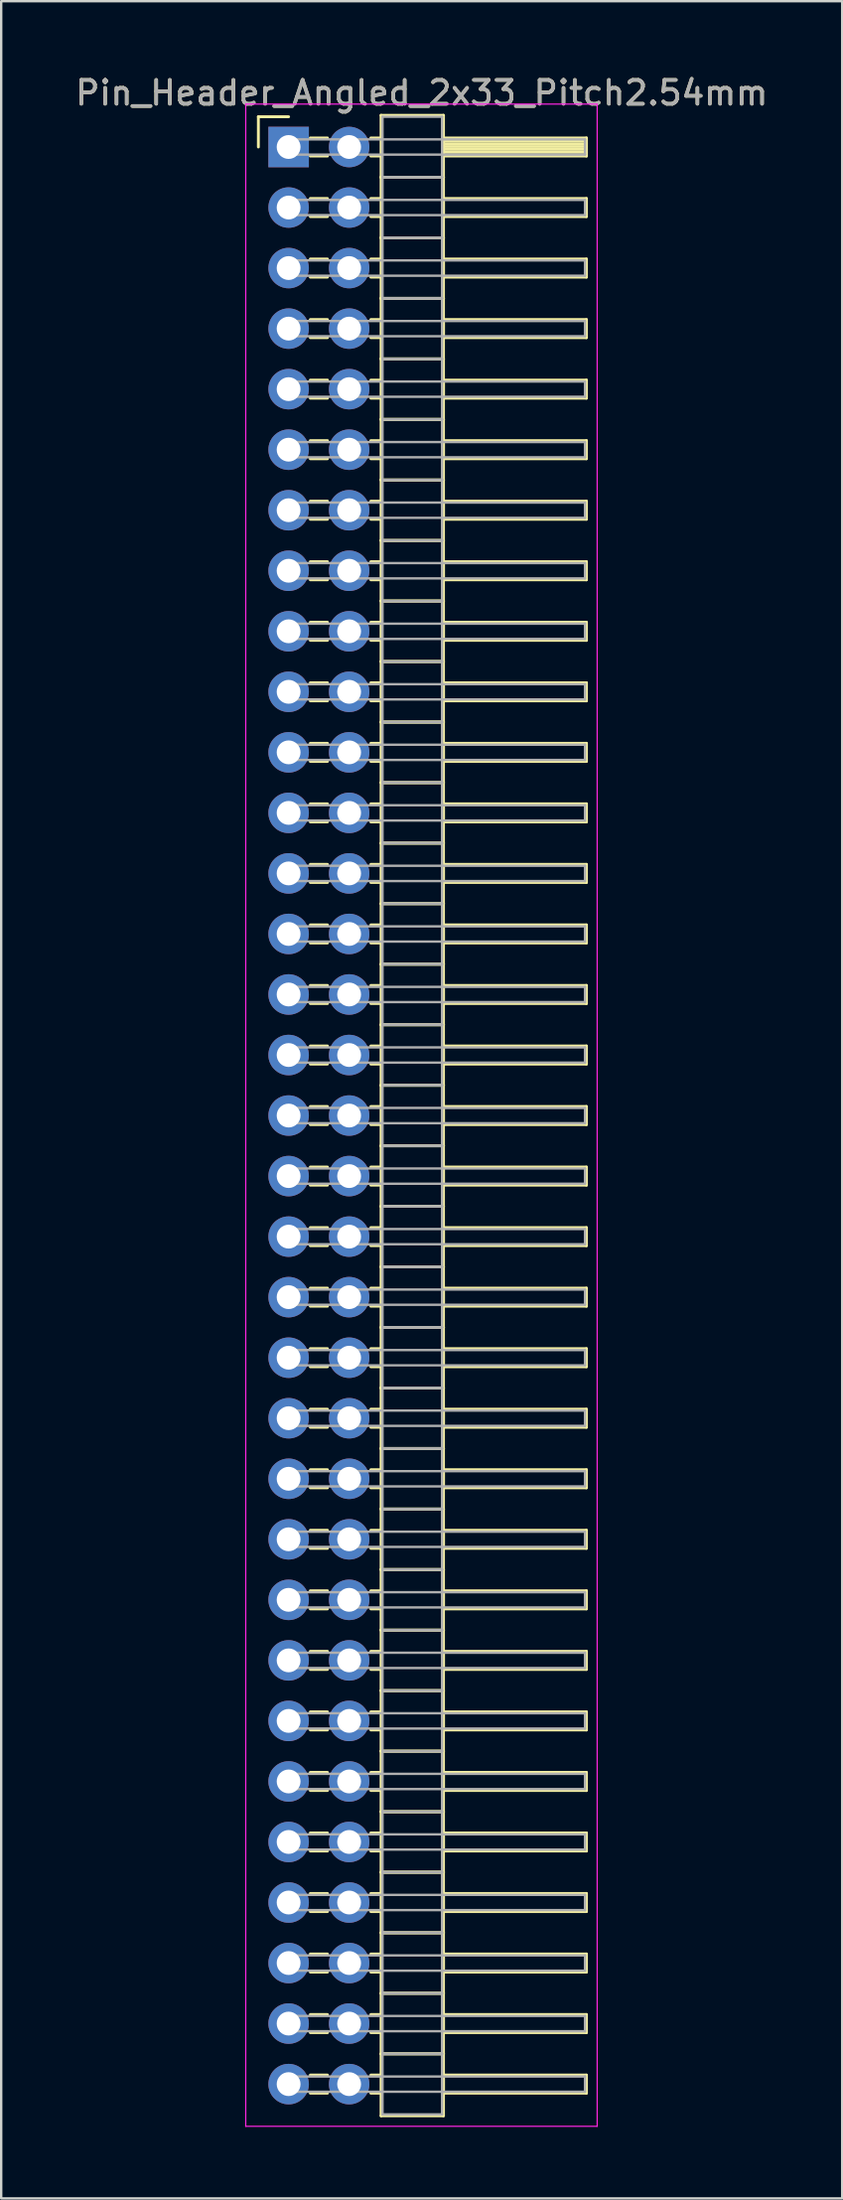
<source format=kicad_pcb>
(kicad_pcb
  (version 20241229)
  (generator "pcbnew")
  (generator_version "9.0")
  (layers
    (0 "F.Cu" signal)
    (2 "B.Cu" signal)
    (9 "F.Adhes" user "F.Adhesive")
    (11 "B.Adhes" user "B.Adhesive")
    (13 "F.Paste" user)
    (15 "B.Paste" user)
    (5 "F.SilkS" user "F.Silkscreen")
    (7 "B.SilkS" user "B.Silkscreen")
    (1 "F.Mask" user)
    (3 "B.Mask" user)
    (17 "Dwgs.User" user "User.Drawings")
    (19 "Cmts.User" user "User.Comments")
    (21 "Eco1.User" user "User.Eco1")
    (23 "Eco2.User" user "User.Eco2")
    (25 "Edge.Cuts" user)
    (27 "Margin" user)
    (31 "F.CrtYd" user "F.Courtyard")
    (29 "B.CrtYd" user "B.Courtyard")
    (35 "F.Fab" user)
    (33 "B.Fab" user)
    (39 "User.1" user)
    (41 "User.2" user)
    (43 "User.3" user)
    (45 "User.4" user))
  (footprint "Pin_Header_Angled_2x33_Pitch2.54mm"
    (layer "F.Cu")
    (at 9.064 3.118)
    (property "Reference" "Pin_Header_Angled_2x33_Pitch2.54mm" (at 5.585 -2.27 0) (layer "F.SilkS") (effects (font (size 1 1) (thickness 0.15))))
    (attr through_hole)
    (fp_line (start -1.27 -1.27) (end 0 -1.27) (stroke (width 0.12) (type solid)) (layer "F.SilkS"))
    (fp_line (start -1.27 0) (end -1.27 -1.27) (stroke (width 0.12) (type solid)) (layer "F.SilkS"))
    (fp_line (start 0.91 -0.38) (end 1.63 -0.38) (stroke (width 0.12) (type solid)) (layer "F.SilkS"))
    (fp_line (start 0.91 0.38) (end 1.63 0.38) (stroke (width 0.12) (type solid)) (layer "F.SilkS"))
    (fp_line (start 0.91 2.16) (end 1.63 2.16) (stroke (width 0.12) (type solid)) (layer "F.SilkS"))
    (fp_line (start 0.91 2.92) (end 1.63 2.92) (stroke (width 0.12) (type solid)) (layer "F.SilkS"))
    (fp_line (start 0.91 4.7) (end 1.63 4.7) (stroke (width 0.12) (type solid)) (layer "F.SilkS"))
    (fp_line (start 0.91 5.46) (end 1.63 5.46) (stroke (width 0.12) (type solid)) (layer "F.SilkS"))
    (fp_line (start 0.91 7.24) (end 1.63 7.24) (stroke (width 0.12) (type solid)) (layer "F.SilkS"))
    (fp_line (start 0.91 8) (end 1.63 8) (stroke (width 0.12) (type solid)) (layer "F.SilkS"))
    (fp_line (start 0.91 9.78) (end 1.63 9.78) (stroke (width 0.12) (type solid)) (layer "F.SilkS"))
    (fp_line (start 0.91 10.54) (end 1.63 10.54) (stroke (width 0.12) (type solid)) (layer "F.SilkS"))
    (fp_line (start 0.91 12.32) (end 1.63 12.32) (stroke (width 0.12) (type solid)) (layer "F.SilkS"))
    (fp_line (start 0.91 13.08) (end 1.63 13.08) (stroke (width 0.12) (type solid)) (layer "F.SilkS"))
    (fp_line (start 0.91 14.86) (end 1.63 14.86) (stroke (width 0.12) (type solid)) (layer "F.SilkS"))
    (fp_line (start 0.91 15.62) (end 1.63 15.62) (stroke (width 0.12) (type solid)) (layer "F.SilkS"))
    (fp_line (start 0.91 17.4) (end 1.63 17.4) (stroke (width 0.12) (type solid)) (layer "F.SilkS"))
    (fp_line (start 0.91 18.16) (end 1.63 18.16) (stroke (width 0.12) (type solid)) (layer "F.SilkS"))
    (fp_line (start 0.91 19.94) (end 1.63 19.94) (stroke (width 0.12) (type solid)) (layer "F.SilkS"))
    (fp_line (start 0.91 20.7) (end 1.63 20.7) (stroke (width 0.12) (type solid)) (layer "F.SilkS"))
    (fp_line (start 0.91 22.48) (end 1.63 22.48) (stroke (width 0.12) (type solid)) (layer "F.SilkS"))
    (fp_line (start 0.91 23.24) (end 1.63 23.24) (stroke (width 0.12) (type solid)) (layer "F.SilkS"))
    (fp_line (start 0.91 25.02) (end 1.63 25.02) (stroke (width 0.12) (type solid)) (layer "F.SilkS"))
    (fp_line (start 0.91 25.78) (end 1.63 25.78) (stroke (width 0.12) (type solid)) (layer "F.SilkS"))
    (fp_line (start 0.91 27.56) (end 1.63 27.56) (stroke (width 0.12) (type solid)) (layer "F.SilkS"))
    (fp_line (start 0.91 28.32) (end 1.63 28.32) (stroke (width 0.12) (type solid)) (layer "F.SilkS"))
    (fp_line (start 0.91 30.1) (end 1.63 30.1) (stroke (width 0.12) (type solid)) (layer "F.SilkS"))
    (fp_line (start 0.91 30.86) (end 1.63 30.86) (stroke (width 0.12) (type solid)) (layer "F.SilkS"))
    (fp_line (start 0.91 32.64) (end 1.63 32.64) (stroke (width 0.12) (type solid)) (layer "F.SilkS"))
    (fp_line (start 0.91 33.4) (end 1.63 33.4) (stroke (width 0.12) (type solid)) (layer "F.SilkS"))
    (fp_line (start 0.91 35.18) (end 1.63 35.18) (stroke (width 0.12) (type solid)) (layer "F.SilkS"))
    (fp_line (start 0.91 35.94) (end 1.63 35.94) (stroke (width 0.12) (type solid)) (layer "F.SilkS"))
    (fp_line (start 0.91 37.72) (end 1.63 37.72) (stroke (width 0.12) (type solid)) (layer "F.SilkS"))
    (fp_line (start 0.91 38.48) (end 1.63 38.48) (stroke (width 0.12) (type solid)) (layer "F.SilkS"))
    (fp_line (start 0.91 40.26) (end 1.63 40.26) (stroke (width 0.12) (type solid)) (layer "F.SilkS"))
    (fp_line (start 0.91 41.02) (end 1.63 41.02) (stroke (width 0.12) (type solid)) (layer "F.SilkS"))
    (fp_line (start 0.91 42.8) (end 1.63 42.8) (stroke (width 0.12) (type solid)) (layer "F.SilkS"))
    (fp_line (start 0.91 43.56) (end 1.63 43.56) (stroke (width 0.12) (type solid)) (layer "F.SilkS"))
    (fp_line (start 0.91 45.34) (end 1.63 45.34) (stroke (width 0.12) (type solid)) (layer "F.SilkS"))
    (fp_line (start 0.91 46.1) (end 1.63 46.1) (stroke (width 0.12) (type solid)) (layer "F.SilkS"))
    (fp_line (start 0.91 47.88) (end 1.63 47.88) (stroke (width 0.12) (type solid)) (layer "F.SilkS"))
    (fp_line (start 0.91 48.64) (end 1.63 48.64) (stroke (width 0.12) (type solid)) (layer "F.SilkS"))
    (fp_line (start 0.91 50.42) (end 1.63 50.42) (stroke (width 0.12) (type solid)) (layer "F.SilkS"))
    (fp_line (start 0.91 51.18) (end 1.63 51.18) (stroke (width 0.12) (type solid)) (layer "F.SilkS"))
    (fp_line (start 0.91 52.96) (end 1.63 52.96) (stroke (width 0.12) (type solid)) (layer "F.SilkS"))
    (fp_line (start 0.91 53.72) (end 1.63 53.72) (stroke (width 0.12) (type solid)) (layer "F.SilkS"))
    (fp_line (start 0.91 55.5) (end 1.63 55.5) (stroke (width 0.12) (type solid)) (layer "F.SilkS"))
    (fp_line (start 0.91 56.26) (end 1.63 56.26) (stroke (width 0.12) (type solid)) (layer "F.SilkS"))
    (fp_line (start 0.91 58.04) (end 1.63 58.04) (stroke (width 0.12) (type solid)) (layer "F.SilkS"))
    (fp_line (start 0.91 58.8) (end 1.63 58.8) (stroke (width 0.12) (type solid)) (layer "F.SilkS"))
    (fp_line (start 0.91 60.58) (end 1.63 60.58) (stroke (width 0.12) (type solid)) (layer "F.SilkS"))
    (fp_line (start 0.91 61.34) (end 1.63 61.34) (stroke (width 0.12) (type solid)) (layer "F.SilkS"))
    (fp_line (start 0.91 63.12) (end 1.63 63.12) (stroke (width 0.12) (type solid)) (layer "F.SilkS"))
    (fp_line (start 0.91 63.88) (end 1.63 63.88) (stroke (width 0.12) (type solid)) (layer "F.SilkS"))
    (fp_line (start 0.91 65.66) (end 1.63 65.66) (stroke (width 0.12) (type solid)) (layer "F.SilkS"))
    (fp_line (start 0.91 66.42) (end 1.63 66.42) (stroke (width 0.12) (type solid)) (layer "F.SilkS"))
    (fp_line (start 0.91 68.2) (end 1.63 68.2) (stroke (width 0.12) (type solid)) (layer "F.SilkS"))
    (fp_line (start 0.91 68.96) (end 1.63 68.96) (stroke (width 0.12) (type solid)) (layer "F.SilkS"))
    (fp_line (start 0.91 70.74) (end 1.63 70.74) (stroke (width 0.12) (type solid)) (layer "F.SilkS"))
    (fp_line (start 0.91 71.5) (end 1.63 71.5) (stroke (width 0.12) (type solid)) (layer "F.SilkS"))
    (fp_line (start 0.91 73.28) (end 1.63 73.28) (stroke (width 0.12) (type solid)) (layer "F.SilkS"))
    (fp_line (start 0.91 74.04) (end 1.63 74.04) (stroke (width 0.12) (type solid)) (layer "F.SilkS"))
    (fp_line (start 0.91 75.82) (end 1.63 75.82) (stroke (width 0.12) (type solid)) (layer "F.SilkS"))
    (fp_line (start 0.91 76.58) (end 1.63 76.58) (stroke (width 0.12) (type solid)) (layer "F.SilkS"))
    (fp_line (start 0.91 78.36) (end 1.63 78.36) (stroke (width 0.12) (type solid)) (layer "F.SilkS"))
    (fp_line (start 0.91 79.12) (end 1.63 79.12) (stroke (width 0.12) (type solid)) (layer "F.SilkS"))
    (fp_line (start 0.91 80.9) (end 1.63 80.9) (stroke (width 0.12) (type solid)) (layer "F.SilkS"))
    (fp_line (start 0.91 81.66) (end 1.63 81.66) (stroke (width 0.12) (type solid)) (layer "F.SilkS"))
    (fp_line (start 3.45 -0.38) (end 3.88 -0.38) (stroke (width 0.12) (type solid)) (layer "F.SilkS"))
    (fp_line (start 3.45 0.38) (end 3.88 0.38) (stroke (width 0.12) (type solid)) (layer "F.SilkS"))
    (fp_line (start 3.45 2.16) (end 3.88 2.16) (stroke (width 0.12) (type solid)) (layer "F.SilkS"))
    (fp_line (start 3.45 2.92) (end 3.88 2.92) (stroke (width 0.12) (type solid)) (layer "F.SilkS"))
    (fp_line (start 3.45 4.7) (end 3.88 4.7) (stroke (width 0.12) (type solid)) (layer "F.SilkS"))
    (fp_line (start 3.45 5.46) (end 3.88 5.46) (stroke (width 0.12) (type solid)) (layer "F.SilkS"))
    (fp_line (start 3.45 7.24) (end 3.88 7.24) (stroke (width 0.12) (type solid)) (layer "F.SilkS"))
    (fp_line (start 3.45 8) (end 3.88 8) (stroke (width 0.12) (type solid)) (layer "F.SilkS"))
    (fp_line (start 3.45 9.78) (end 3.88 9.78) (stroke (width 0.12) (type solid)) (layer "F.SilkS"))
    (fp_line (start 3.45 10.54) (end 3.88 10.54) (stroke (width 0.12) (type solid)) (layer "F.SilkS"))
    (fp_line (start 3.45 12.32) (end 3.88 12.32) (stroke (width 0.12) (type solid)) (layer "F.SilkS"))
    (fp_line (start 3.45 13.08) (end 3.88 13.08) (stroke (width 0.12) (type solid)) (layer "F.SilkS"))
    (fp_line (start 3.45 14.86) (end 3.88 14.86) (stroke (width 0.12) (type solid)) (layer "F.SilkS"))
    (fp_line (start 3.45 15.62) (end 3.88 15.62) (stroke (width 0.12) (type solid)) (layer "F.SilkS"))
    (fp_line (start 3.45 17.4) (end 3.88 17.4) (stroke (width 0.12) (type solid)) (layer "F.SilkS"))
    (fp_line (start 3.45 18.16) (end 3.88 18.16) (stroke (width 0.12) (type solid)) (layer "F.SilkS"))
    (fp_line (start 3.45 19.94) (end 3.88 19.94) (stroke (width 0.12) (type solid)) (layer "F.SilkS"))
    (fp_line (start 3.45 20.7) (end 3.88 20.7) (stroke (width 0.12) (type solid)) (layer "F.SilkS"))
    (fp_line (start 3.45 22.48) (end 3.88 22.48) (stroke (width 0.12) (type solid)) (layer "F.SilkS"))
    (fp_line (start 3.45 23.24) (end 3.88 23.24) (stroke (width 0.12) (type solid)) (layer "F.SilkS"))
    (fp_line (start 3.45 25.02) (end 3.88 25.02) (stroke (width 0.12) (type solid)) (layer "F.SilkS"))
    (fp_line (start 3.45 25.78) (end 3.88 25.78) (stroke (width 0.12) (type solid)) (layer "F.SilkS"))
    (fp_line (start 3.45 27.56) (end 3.88 27.56) (stroke (width 0.12) (type solid)) (layer "F.SilkS"))
    (fp_line (start 3.45 28.32) (end 3.88 28.32) (stroke (width 0.12) (type solid)) (layer "F.SilkS"))
    (fp_line (start 3.45 30.1) (end 3.88 30.1) (stroke (width 0.12) (type solid)) (layer "F.SilkS"))
    (fp_line (start 3.45 30.86) (end 3.88 30.86) (stroke (width 0.12) (type solid)) (layer "F.SilkS"))
    (fp_line (start 3.45 32.64) (end 3.88 32.64) (stroke (width 0.12) (type solid)) (layer "F.SilkS"))
    (fp_line (start 3.45 33.4) (end 3.88 33.4) (stroke (width 0.12) (type solid)) (layer "F.SilkS"))
    (fp_line (start 3.45 35.18) (end 3.88 35.18) (stroke (width 0.12) (type solid)) (layer "F.SilkS"))
    (fp_line (start 3.45 35.94) (end 3.88 35.94) (stroke (width 0.12) (type solid)) (layer "F.SilkS"))
    (fp_line (start 3.45 37.72) (end 3.88 37.72) (stroke (width 0.12) (type solid)) (layer "F.SilkS"))
    (fp_line (start 3.45 38.48) (end 3.88 38.48) (stroke (width 0.12) (type solid)) (layer "F.SilkS"))
    (fp_line (start 3.45 40.26) (end 3.88 40.26) (stroke (width 0.12) (type solid)) (layer "F.SilkS"))
    (fp_line (start 3.45 41.02) (end 3.88 41.02) (stroke (width 0.12) (type solid)) (layer "F.SilkS"))
    (fp_line (start 3.45 42.8) (end 3.88 42.8) (stroke (width 0.12) (type solid)) (layer "F.SilkS"))
    (fp_line (start 3.45 43.56) (end 3.88 43.56) (stroke (width 0.12) (type solid)) (layer "F.SilkS"))
    (fp_line (start 3.45 45.34) (end 3.88 45.34) (stroke (width 0.12) (type solid)) (layer "F.SilkS"))
    (fp_line (start 3.45 46.1) (end 3.88 46.1) (stroke (width 0.12) (type solid)) (layer "F.SilkS"))
    (fp_line (start 3.45 47.88) (end 3.88 47.88) (stroke (width 0.12) (type solid)) (layer "F.SilkS"))
    (fp_line (start 3.45 48.64) (end 3.88 48.64) (stroke (width 0.12) (type solid)) (layer "F.SilkS"))
    (fp_line (start 3.45 50.42) (end 3.88 50.42) (stroke (width 0.12) (type solid)) (layer "F.SilkS"))
    (fp_line (start 3.45 51.18) (end 3.88 51.18) (stroke (width 0.12) (type solid)) (layer "F.SilkS"))
    (fp_line (start 3.45 52.96) (end 3.88 52.96) (stroke (width 0.12) (type solid)) (layer "F.SilkS"))
    (fp_line (start 3.45 53.72) (end 3.88 53.72) (stroke (width 0.12) (type solid)) (layer "F.SilkS"))
    (fp_line (start 3.45 55.5) (end 3.88 55.5) (stroke (width 0.12) (type solid)) (layer "F.SilkS"))
    (fp_line (start 3.45 56.26) (end 3.88 56.26) (stroke (width 0.12) (type solid)) (layer "F.SilkS"))
    (fp_line (start 3.45 58.04) (end 3.88 58.04) (stroke (width 0.12) (type solid)) (layer "F.SilkS"))
    (fp_line (start 3.45 58.8) (end 3.88 58.8) (stroke (width 0.12) (type solid)) (layer "F.SilkS"))
    (fp_line (start 3.45 60.58) (end 3.88 60.58) (stroke (width 0.12) (type solid)) (layer "F.SilkS"))
    (fp_line (start 3.45 61.34) (end 3.88 61.34) (stroke (width 0.12) (type solid)) (layer "F.SilkS"))
    (fp_line (start 3.45 63.12) (end 3.88 63.12) (stroke (width 0.12) (type solid)) (layer "F.SilkS"))
    (fp_line (start 3.45 63.88) (end 3.88 63.88) (stroke (width 0.12) (type solid)) (layer "F.SilkS"))
    (fp_line (start 3.45 65.66) (end 3.88 65.66) (stroke (width 0.12) (type solid)) (layer "F.SilkS"))
    (fp_line (start 3.45 66.42) (end 3.88 66.42) (stroke (width 0.12) (type solid)) (layer "F.SilkS"))
    (fp_line (start 3.45 68.2) (end 3.88 68.2) (stroke (width 0.12) (type solid)) (layer "F.SilkS"))
    (fp_line (start 3.45 68.96) (end 3.88 68.96) (stroke (width 0.12) (type solid)) (layer "F.SilkS"))
    (fp_line (start 3.45 70.74) (end 3.88 70.74) (stroke (width 0.12) (type solid)) (layer "F.SilkS"))
    (fp_line (start 3.45 71.5) (end 3.88 71.5) (stroke (width 0.12) (type solid)) (layer "F.SilkS"))
    (fp_line (start 3.45 73.28) (end 3.88 73.28) (stroke (width 0.12) (type solid)) (layer "F.SilkS"))
    (fp_line (start 3.45 74.04) (end 3.88 74.04) (stroke (width 0.12) (type solid)) (layer "F.SilkS"))
    (fp_line (start 3.45 75.82) (end 3.88 75.82) (stroke (width 0.12) (type solid)) (layer "F.SilkS"))
    (fp_line (start 3.45 76.58) (end 3.88 76.58) (stroke (width 0.12) (type solid)) (layer "F.SilkS"))
    (fp_line (start 3.45 78.36) (end 3.88 78.36) (stroke (width 0.12) (type solid)) (layer "F.SilkS"))
    (fp_line (start 3.45 79.12) (end 3.88 79.12) (stroke (width 0.12) (type solid)) (layer "F.SilkS"))
    (fp_line (start 3.45 80.9) (end 3.88 80.9) (stroke (width 0.12) (type solid)) (layer "F.SilkS"))
    (fp_line (start 3.45 81.66) (end 3.88 81.66) (stroke (width 0.12) (type solid)) (layer "F.SilkS"))
    (fp_line (start 3.88 -1.33) (end 3.88 1.27) (stroke (width 0.12) (type solid)) (layer "F.SilkS"))
    (fp_line (start 3.88 1.27) (end 3.88 3.81) (stroke (width 0.12) (type solid)) (layer "F.SilkS"))
    (fp_line (start 3.88 1.27) (end 6.5 1.27) (stroke (width 0.12) (type solid)) (layer "F.SilkS"))
    (fp_line (start 3.88 3.81) (end 3.88 6.35) (stroke (width 0.12) (type solid)) (layer "F.SilkS"))
    (fp_line (start 3.88 3.81) (end 6.5 3.81) (stroke (width 0.12) (type solid)) (layer "F.SilkS"))
    (fp_line (start 3.88 6.35) (end 3.88 8.89) (stroke (width 0.12) (type solid)) (layer "F.SilkS"))
    (fp_line (start 3.88 6.35) (end 6.5 6.35) (stroke (width 0.12) (type solid)) (layer "F.SilkS"))
    (fp_line (start 3.88 8.89) (end 3.88 11.43) (stroke (width 0.12) (type solid)) (layer "F.SilkS"))
    (fp_line (start 3.88 8.89) (end 6.5 8.89) (stroke (width 0.12) (type solid)) (layer "F.SilkS"))
    (fp_line (start 3.88 11.43) (end 3.88 13.97) (stroke (width 0.12) (type solid)) (layer "F.SilkS"))
    (fp_line (start 3.88 11.43) (end 6.5 11.43) (stroke (width 0.12) (type solid)) (layer "F.SilkS"))
    (fp_line (start 3.88 13.97) (end 3.88 16.51) (stroke (width 0.12) (type solid)) (layer "F.SilkS"))
    (fp_line (start 3.88 13.97) (end 6.5 13.97) (stroke (width 0.12) (type solid)) (layer "F.SilkS"))
    (fp_line (start 3.88 16.51) (end 3.88 19.05) (stroke (width 0.12) (type solid)) (layer "F.SilkS"))
    (fp_line (start 3.88 16.51) (end 6.5 16.51) (stroke (width 0.12) (type solid)) (layer "F.SilkS"))
    (fp_line (start 3.88 19.05) (end 3.88 21.59) (stroke (width 0.12) (type solid)) (layer "F.SilkS"))
    (fp_line (start 3.88 19.05) (end 6.5 19.05) (stroke (width 0.12) (type solid)) (layer "F.SilkS"))
    (fp_line (start 3.88 21.59) (end 3.88 24.13) (stroke (width 0.12) (type solid)) (layer "F.SilkS"))
    (fp_line (start 3.88 21.59) (end 6.5 21.59) (stroke (width 0.12) (type solid)) (layer "F.SilkS"))
    (fp_line (start 3.88 24.13) (end 3.88 26.67) (stroke (width 0.12) (type solid)) (layer "F.SilkS"))
    (fp_line (start 3.88 24.13) (end 6.5 24.13) (stroke (width 0.12) (type solid)) (layer "F.SilkS"))
    (fp_line (start 3.88 26.67) (end 3.88 29.21) (stroke (width 0.12) (type solid)) (layer "F.SilkS"))
    (fp_line (start 3.88 26.67) (end 6.5 26.67) (stroke (width 0.12) (type solid)) (layer "F.SilkS"))
    (fp_line (start 3.88 29.21) (end 3.88 31.75) (stroke (width 0.12) (type solid)) (layer "F.SilkS"))
    (fp_line (start 3.88 29.21) (end 6.5 29.21) (stroke (width 0.12) (type solid)) (layer "F.SilkS"))
    (fp_line (start 3.88 31.75) (end 3.88 34.29) (stroke (width 0.12) (type solid)) (layer "F.SilkS"))
    (fp_line (start 3.88 31.75) (end 6.5 31.75) (stroke (width 0.12) (type solid)) (layer "F.SilkS"))
    (fp_line (start 3.88 34.29) (end 3.88 36.83) (stroke (width 0.12) (type solid)) (layer "F.SilkS"))
    (fp_line (start 3.88 34.29) (end 6.5 34.29) (stroke (width 0.12) (type solid)) (layer "F.SilkS"))
    (fp_line (start 3.88 36.83) (end 3.88 39.37) (stroke (width 0.12) (type solid)) (layer "F.SilkS"))
    (fp_line (start 3.88 36.83) (end 6.5 36.83) (stroke (width 0.12) (type solid)) (layer "F.SilkS"))
    (fp_line (start 3.88 39.37) (end 3.88 41.91) (stroke (width 0.12) (type solid)) (layer "F.SilkS"))
    (fp_line (start 3.88 39.37) (end 6.5 39.37) (stroke (width 0.12) (type solid)) (layer "F.SilkS"))
    (fp_line (start 3.88 41.91) (end 3.88 44.45) (stroke (width 0.12) (type solid)) (layer "F.SilkS"))
    (fp_line (start 3.88 41.91) (end 6.5 41.91) (stroke (width 0.12) (type solid)) (layer "F.SilkS"))
    (fp_line (start 3.88 44.45) (end 3.88 46.99) (stroke (width 0.12) (type solid)) (layer "F.SilkS"))
    (fp_line (start 3.88 44.45) (end 6.5 44.45) (stroke (width 0.12) (type solid)) (layer "F.SilkS"))
    (fp_line (start 3.88 46.99) (end 3.88 49.53) (stroke (width 0.12) (type solid)) (layer "F.SilkS"))
    (fp_line (start 3.88 46.99) (end 6.5 46.99) (stroke (width 0.12) (type solid)) (layer "F.SilkS"))
    (fp_line (start 3.88 49.53) (end 3.88 52.07) (stroke (width 0.12) (type solid)) (layer "F.SilkS"))
    (fp_line (start 3.88 49.53) (end 6.5 49.53) (stroke (width 0.12) (type solid)) (layer "F.SilkS"))
    (fp_line (start 3.88 52.07) (end 3.88 54.61) (stroke (width 0.12) (type solid)) (layer "F.SilkS"))
    (fp_line (start 3.88 52.07) (end 6.5 52.07) (stroke (width 0.12) (type solid)) (layer "F.SilkS"))
    (fp_line (start 3.88 54.61) (end 3.88 57.15) (stroke (width 0.12) (type solid)) (layer "F.SilkS"))
    (fp_line (start 3.88 54.61) (end 6.5 54.61) (stroke (width 0.12) (type solid)) (layer "F.SilkS"))
    (fp_line (start 3.88 57.15) (end 3.88 59.69) (stroke (width 0.12) (type solid)) (layer "F.SilkS"))
    (fp_line (start 3.88 57.15) (end 6.5 57.15) (stroke (width 0.12) (type solid)) (layer "F.SilkS"))
    (fp_line (start 3.88 59.69) (end 3.88 62.23) (stroke (width 0.12) (type solid)) (layer "F.SilkS"))
    (fp_line (start 3.88 59.69) (end 6.5 59.69) (stroke (width 0.12) (type solid)) (layer "F.SilkS"))
    (fp_line (start 3.88 62.23) (end 3.88 64.77) (stroke (width 0.12) (type solid)) (layer "F.SilkS"))
    (fp_line (start 3.88 62.23) (end 6.5 62.23) (stroke (width 0.12) (type solid)) (layer "F.SilkS"))
    (fp_line (start 3.88 64.77) (end 3.88 67.31) (stroke (width 0.12) (type solid)) (layer "F.SilkS"))
    (fp_line (start 3.88 64.77) (end 6.5 64.77) (stroke (width 0.12) (type solid)) (layer "F.SilkS"))
    (fp_line (start 3.88 67.31) (end 3.88 69.85) (stroke (width 0.12) (type solid)) (layer "F.SilkS"))
    (fp_line (start 3.88 67.31) (end 6.5 67.31) (stroke (width 0.12) (type solid)) (layer "F.SilkS"))
    (fp_line (start 3.88 69.85) (end 3.88 72.39) (stroke (width 0.12) (type solid)) (layer "F.SilkS"))
    (fp_line (start 3.88 69.85) (end 6.5 69.85) (stroke (width 0.12) (type solid)) (layer "F.SilkS"))
    (fp_line (start 3.88 72.39) (end 3.88 74.93) (stroke (width 0.12) (type solid)) (layer "F.SilkS"))
    (fp_line (start 3.88 72.39) (end 6.5 72.39) (stroke (width 0.12) (type solid)) (layer "F.SilkS"))
    (fp_line (start 3.88 74.93) (end 3.88 77.47) (stroke (width 0.12) (type solid)) (layer "F.SilkS"))
    (fp_line (start 3.88 74.93) (end 6.5 74.93) (stroke (width 0.12) (type solid)) (layer "F.SilkS"))
    (fp_line (start 3.88 77.47) (end 3.88 80.01) (stroke (width 0.12) (type solid)) (layer "F.SilkS"))
    (fp_line (start 3.88 77.47) (end 6.5 77.47) (stroke (width 0.12) (type solid)) (layer "F.SilkS"))
    (fp_line (start 3.88 80.01) (end 3.88 82.61) (stroke (width 0.12) (type solid)) (layer "F.SilkS"))
    (fp_line (start 3.88 80.01) (end 6.5 80.01) (stroke (width 0.12) (type solid)) (layer "F.SilkS"))
    (fp_line (start 3.88 82.61) (end 6.5 82.61) (stroke (width 0.12) (type solid)) (layer "F.SilkS"))
    (fp_line (start 6.5 -1.33) (end 3.88 -1.33) (stroke (width 0.12) (type solid)) (layer "F.SilkS"))
    (fp_line (start 6.5 -0.38) (end 6.5 0.38) (stroke (width 0.12) (type solid)) (layer "F.SilkS"))
    (fp_line (start 6.5 -0.26) (end 12.5 -0.26) (stroke (width 0.12) (type solid)) (layer "F.SilkS"))
    (fp_line (start 6.5 -0.14) (end 12.5 -0.14) (stroke (width 0.12) (type solid)) (layer "F.SilkS"))
    (fp_line (start 6.5 -0.02) (end 12.5 -0.02) (stroke (width 0.12) (type solid)) (layer "F.SilkS"))
    (fp_line (start 6.5 0.1) (end 12.5 0.1) (stroke (width 0.12) (type solid)) (layer "F.SilkS"))
    (fp_line (start 6.5 0.22) (end 12.5 0.22) (stroke (width 0.12) (type solid)) (layer "F.SilkS"))
    (fp_line (start 6.5 0.34) (end 12.5 0.34) (stroke (width 0.12) (type solid)) (layer "F.SilkS"))
    (fp_line (start 6.5 0.38) (end 12.5 0.38) (stroke (width 0.12) (type solid)) (layer "F.SilkS"))
    (fp_line (start 6.5 1.27) (end 3.88 1.27) (stroke (width 0.12) (type solid)) (layer "F.SilkS"))
    (fp_line (start 6.5 1.27) (end 6.5 -1.33) (stroke (width 0.12) (type solid)) (layer "F.SilkS"))
    (fp_line (start 6.5 2.16) (end 6.5 2.92) (stroke (width 0.12) (type solid)) (layer "F.SilkS"))
    (fp_line (start 6.5 2.92) (end 12.5 2.92) (stroke (width 0.12) (type solid)) (layer "F.SilkS"))
    (fp_line (start 6.5 3.81) (end 3.88 3.81) (stroke (width 0.12) (type solid)) (layer "F.SilkS"))
    (fp_line (start 6.5 3.81) (end 6.5 1.27) (stroke (width 0.12) (type solid)) (layer "F.SilkS"))
    (fp_line (start 6.5 4.7) (end 6.5 5.46) (stroke (width 0.12) (type solid)) (layer "F.SilkS"))
    (fp_line (start 6.5 5.46) (end 12.5 5.46) (stroke (width 0.12) (type solid)) (layer "F.SilkS"))
    (fp_line (start 6.5 6.35) (end 3.88 6.35) (stroke (width 0.12) (type solid)) (layer "F.SilkS"))
    (fp_line (start 6.5 6.35) (end 6.5 3.81) (stroke (width 0.12) (type solid)) (layer "F.SilkS"))
    (fp_line (start 6.5 7.24) (end 6.5 8) (stroke (width 0.12) (type solid)) (layer "F.SilkS"))
    (fp_line (start 6.5 8) (end 12.5 8) (stroke (width 0.12) (type solid)) (layer "F.SilkS"))
    (fp_line (start 6.5 8.89) (end 3.88 8.89) (stroke (width 0.12) (type solid)) (layer "F.SilkS"))
    (fp_line (start 6.5 8.89) (end 6.5 6.35) (stroke (width 0.12) (type solid)) (layer "F.SilkS"))
    (fp_line (start 6.5 9.78) (end 6.5 10.54) (stroke (width 0.12) (type solid)) (layer "F.SilkS"))
    (fp_line (start 6.5 10.54) (end 12.5 10.54) (stroke (width 0.12) (type solid)) (layer "F.SilkS"))
    (fp_line (start 6.5 11.43) (end 3.88 11.43) (stroke (width 0.12) (type solid)) (layer "F.SilkS"))
    (fp_line (start 6.5 11.43) (end 6.5 8.89) (stroke (width 0.12) (type solid)) (layer "F.SilkS"))
    (fp_line (start 6.5 12.32) (end 6.5 13.08) (stroke (width 0.12) (type solid)) (layer "F.SilkS"))
    (fp_line (start 6.5 13.08) (end 12.5 13.08) (stroke (width 0.12) (type solid)) (layer "F.SilkS"))
    (fp_line (start 6.5 13.97) (end 3.88 13.97) (stroke (width 0.12) (type solid)) (layer "F.SilkS"))
    (fp_line (start 6.5 13.97) (end 6.5 11.43) (stroke (width 0.12) (type solid)) (layer "F.SilkS"))
    (fp_line (start 6.5 14.86) (end 6.5 15.62) (stroke (width 0.12) (type solid)) (layer "F.SilkS"))
    (fp_line (start 6.5 15.62) (end 12.5 15.62) (stroke (width 0.12) (type solid)) (layer "F.SilkS"))
    (fp_line (start 6.5 16.51) (end 3.88 16.51) (stroke (width 0.12) (type solid)) (layer "F.SilkS"))
    (fp_line (start 6.5 16.51) (end 6.5 13.97) (stroke (width 0.12) (type solid)) (layer "F.SilkS"))
    (fp_line (start 6.5 17.4) (end 6.5 18.16) (stroke (width 0.12) (type solid)) (layer "F.SilkS"))
    (fp_line (start 6.5 18.16) (end 12.5 18.16) (stroke (width 0.12) (type solid)) (layer "F.SilkS"))
    (fp_line (start 6.5 19.05) (end 3.88 19.05) (stroke (width 0.12) (type solid)) (layer "F.SilkS"))
    (fp_line (start 6.5 19.05) (end 6.5 16.51) (stroke (width 0.12) (type solid)) (layer "F.SilkS"))
    (fp_line (start 6.5 19.94) (end 6.5 20.7) (stroke (width 0.12) (type solid)) (layer "F.SilkS"))
    (fp_line (start 6.5 20.7) (end 12.5 20.7) (stroke (width 0.12) (type solid)) (layer "F.SilkS"))
    (fp_line (start 6.5 21.59) (end 3.88 21.59) (stroke (width 0.12) (type solid)) (layer "F.SilkS"))
    (fp_line (start 6.5 21.59) (end 6.5 19.05) (stroke (width 0.12) (type solid)) (layer "F.SilkS"))
    (fp_line (start 6.5 22.48) (end 6.5 23.24) (stroke (width 0.12) (type solid)) (layer "F.SilkS"))
    (fp_line (start 6.5 23.24) (end 12.5 23.24) (stroke (width 0.12) (type solid)) (layer "F.SilkS"))
    (fp_line (start 6.5 24.13) (end 3.88 24.13) (stroke (width 0.12) (type solid)) (layer "F.SilkS"))
    (fp_line (start 6.5 24.13) (end 6.5 21.59) (stroke (width 0.12) (type solid)) (layer "F.SilkS"))
    (fp_line (start 6.5 25.02) (end 6.5 25.78) (stroke (width 0.12) (type solid)) (layer "F.SilkS"))
    (fp_line (start 6.5 25.78) (end 12.5 25.78) (stroke (width 0.12) (type solid)) (layer "F.SilkS"))
    (fp_line (start 6.5 26.67) (end 3.88 26.67) (stroke (width 0.12) (type solid)) (layer "F.SilkS"))
    (fp_line (start 6.5 26.67) (end 6.5 24.13) (stroke (width 0.12) (type solid)) (layer "F.SilkS"))
    (fp_line (start 6.5 27.56) (end 6.5 28.32) (stroke (width 0.12) (type solid)) (layer "F.SilkS"))
    (fp_line (start 6.5 28.32) (end 12.5 28.32) (stroke (width 0.12) (type solid)) (layer "F.SilkS"))
    (fp_line (start 6.5 29.21) (end 3.88 29.21) (stroke (width 0.12) (type solid)) (layer "F.SilkS"))
    (fp_line (start 6.5 29.21) (end 6.5 26.67) (stroke (width 0.12) (type solid)) (layer "F.SilkS"))
    (fp_line (start 6.5 30.1) (end 6.5 30.86) (stroke (width 0.12) (type solid)) (layer "F.SilkS"))
    (fp_line (start 6.5 30.86) (end 12.5 30.86) (stroke (width 0.12) (type solid)) (layer "F.SilkS"))
    (fp_line (start 6.5 31.75) (end 3.88 31.75) (stroke (width 0.12) (type solid)) (layer "F.SilkS"))
    (fp_line (start 6.5 31.75) (end 6.5 29.21) (stroke (width 0.12) (type solid)) (layer "F.SilkS"))
    (fp_line (start 6.5 32.64) (end 6.5 33.4) (stroke (width 0.12) (type solid)) (layer "F.SilkS"))
    (fp_line (start 6.5 33.4) (end 12.5 33.4) (stroke (width 0.12) (type solid)) (layer "F.SilkS"))
    (fp_line (start 6.5 34.29) (end 3.88 34.29) (stroke (width 0.12) (type solid)) (layer "F.SilkS"))
    (fp_line (start 6.5 34.29) (end 6.5 31.75) (stroke (width 0.12) (type solid)) (layer "F.SilkS"))
    (fp_line (start 6.5 35.18) (end 6.5 35.94) (stroke (width 0.12) (type solid)) (layer "F.SilkS"))
    (fp_line (start 6.5 35.94) (end 12.5 35.94) (stroke (width 0.12) (type solid)) (layer "F.SilkS"))
    (fp_line (start 6.5 36.83) (end 3.88 36.83) (stroke (width 0.12) (type solid)) (layer "F.SilkS"))
    (fp_line (start 6.5 36.83) (end 6.5 34.29) (stroke (width 0.12) (type solid)) (layer "F.SilkS"))
    (fp_line (start 6.5 37.72) (end 6.5 38.48) (stroke (width 0.12) (type solid)) (layer "F.SilkS"))
    (fp_line (start 6.5 38.48) (end 12.5 38.48) (stroke (width 0.12) (type solid)) (layer "F.SilkS"))
    (fp_line (start 6.5 39.37) (end 3.88 39.37) (stroke (width 0.12) (type solid)) (layer "F.SilkS"))
    (fp_line (start 6.5 39.37) (end 6.5 36.83) (stroke (width 0.12) (type solid)) (layer "F.SilkS"))
    (fp_line (start 6.5 40.26) (end 6.5 41.02) (stroke (width 0.12) (type solid)) (layer "F.SilkS"))
    (fp_line (start 6.5 41.02) (end 12.5 41.02) (stroke (width 0.12) (type solid)) (layer "F.SilkS"))
    (fp_line (start 6.5 41.91) (end 3.88 41.91) (stroke (width 0.12) (type solid)) (layer "F.SilkS"))
    (fp_line (start 6.5 41.91) (end 6.5 39.37) (stroke (width 0.12) (type solid)) (layer "F.SilkS"))
    (fp_line (start 6.5 42.8) (end 6.5 43.56) (stroke (width 0.12) (type solid)) (layer "F.SilkS"))
    (fp_line (start 6.5 43.56) (end 12.5 43.56) (stroke (width 0.12) (type solid)) (layer "F.SilkS"))
    (fp_line (start 6.5 44.45) (end 3.88 44.45) (stroke (width 0.12) (type solid)) (layer "F.SilkS"))
    (fp_line (start 6.5 44.45) (end 6.5 41.91) (stroke (width 0.12) (type solid)) (layer "F.SilkS"))
    (fp_line (start 6.5 45.34) (end 6.5 46.1) (stroke (width 0.12) (type solid)) (layer "F.SilkS"))
    (fp_line (start 6.5 46.1) (end 12.5 46.1) (stroke (width 0.12) (type solid)) (layer "F.SilkS"))
    (fp_line (start 6.5 46.99) (end 3.88 46.99) (stroke (width 0.12) (type solid)) (layer "F.SilkS"))
    (fp_line (start 6.5 46.99) (end 6.5 44.45) (stroke (width 0.12) (type solid)) (layer "F.SilkS"))
    (fp_line (start 6.5 47.88) (end 6.5 48.64) (stroke (width 0.12) (type solid)) (layer "F.SilkS"))
    (fp_line (start 6.5 48.64) (end 12.5 48.64) (stroke (width 0.12) (type solid)) (layer "F.SilkS"))
    (fp_line (start 6.5 49.53) (end 3.88 49.53) (stroke (width 0.12) (type solid)) (layer "F.SilkS"))
    (fp_line (start 6.5 49.53) (end 6.5 46.99) (stroke (width 0.12) (type solid)) (layer "F.SilkS"))
    (fp_line (start 6.5 50.42) (end 6.5 51.18) (stroke (width 0.12) (type solid)) (layer "F.SilkS"))
    (fp_line (start 6.5 51.18) (end 12.5 51.18) (stroke (width 0.12) (type solid)) (layer "F.SilkS"))
    (fp_line (start 6.5 52.07) (end 3.88 52.07) (stroke (width 0.12) (type solid)) (layer "F.SilkS"))
    (fp_line (start 6.5 52.07) (end 6.5 49.53) (stroke (width 0.12) (type solid)) (layer "F.SilkS"))
    (fp_line (start 6.5 52.96) (end 6.5 53.72) (stroke (width 0.12) (type solid)) (layer "F.SilkS"))
    (fp_line (start 6.5 53.72) (end 12.5 53.72) (stroke (width 0.12) (type solid)) (layer "F.SilkS"))
    (fp_line (start 6.5 54.61) (end 3.88 54.61) (stroke (width 0.12) (type solid)) (layer "F.SilkS"))
    (fp_line (start 6.5 54.61) (end 6.5 52.07) (stroke (width 0.12) (type solid)) (layer "F.SilkS"))
    (fp_line (start 6.5 55.5) (end 6.5 56.26) (stroke (width 0.12) (type solid)) (layer "F.SilkS"))
    (fp_line (start 6.5 56.26) (end 12.5 56.26) (stroke (width 0.12) (type solid)) (layer "F.SilkS"))
    (fp_line (start 6.5 57.15) (end 3.88 57.15) (stroke (width 0.12) (type solid)) (layer "F.SilkS"))
    (fp_line (start 6.5 57.15) (end 6.5 54.61) (stroke (width 0.12) (type solid)) (layer "F.SilkS"))
    (fp_line (start 6.5 58.04) (end 6.5 58.8) (stroke (width 0.12) (type solid)) (layer "F.SilkS"))
    (fp_line (start 6.5 58.8) (end 12.5 58.8) (stroke (width 0.12) (type solid)) (layer "F.SilkS"))
    (fp_line (start 6.5 59.69) (end 3.88 59.69) (stroke (width 0.12) (type solid)) (layer "F.SilkS"))
    (fp_line (start 6.5 59.69) (end 6.5 57.15) (stroke (width 0.12) (type solid)) (layer "F.SilkS"))
    (fp_line (start 6.5 60.58) (end 6.5 61.34) (stroke (width 0.12) (type solid)) (layer "F.SilkS"))
    (fp_line (start 6.5 61.34) (end 12.5 61.34) (stroke (width 0.12) (type solid)) (layer "F.SilkS"))
    (fp_line (start 6.5 62.23) (end 3.88 62.23) (stroke (width 0.12) (type solid)) (layer "F.SilkS"))
    (fp_line (start 6.5 62.23) (end 6.5 59.69) (stroke (width 0.12) (type solid)) (layer "F.SilkS"))
    (fp_line (start 6.5 63.12) (end 6.5 63.88) (stroke (width 0.12) (type solid)) (layer "F.SilkS"))
    (fp_line (start 6.5 63.88) (end 12.5 63.88) (stroke (width 0.12) (type solid)) (layer "F.SilkS"))
    (fp_line (start 6.5 64.77) (end 3.88 64.77) (stroke (width 0.12) (type solid)) (layer "F.SilkS"))
    (fp_line (start 6.5 64.77) (end 6.5 62.23) (stroke (width 0.12) (type solid)) (layer "F.SilkS"))
    (fp_line (start 6.5 65.66) (end 6.5 66.42) (stroke (width 0.12) (type solid)) (layer "F.SilkS"))
    (fp_line (start 6.5 66.42) (end 12.5 66.42) (stroke (width 0.12) (type solid)) (layer "F.SilkS"))
    (fp_line (start 6.5 67.31) (end 3.88 67.31) (stroke (width 0.12) (type solid)) (layer "F.SilkS"))
    (fp_line (start 6.5 67.31) (end 6.5 64.77) (stroke (width 0.12) (type solid)) (layer "F.SilkS"))
    (fp_line (start 6.5 68.2) (end 6.5 68.96) (stroke (width 0.12) (type solid)) (layer "F.SilkS"))
    (fp_line (start 6.5 68.96) (end 12.5 68.96) (stroke (width 0.12) (type solid)) (layer "F.SilkS"))
    (fp_line (start 6.5 69.85) (end 3.88 69.85) (stroke (width 0.12) (type solid)) (layer "F.SilkS"))
    (fp_line (start 6.5 69.85) (end 6.5 67.31) (stroke (width 0.12) (type solid)) (layer "F.SilkS"))
    (fp_line (start 6.5 70.74) (end 6.5 71.5) (stroke (width 0.12) (type solid)) (layer "F.SilkS"))
    (fp_line (start 6.5 71.5) (end 12.5 71.5) (stroke (width 0.12) (type solid)) (layer "F.SilkS"))
    (fp_line (start 6.5 72.39) (end 3.88 72.39) (stroke (width 0.12) (type solid)) (layer "F.SilkS"))
    (fp_line (start 6.5 72.39) (end 6.5 69.85) (stroke (width 0.12) (type solid)) (layer "F.SilkS"))
    (fp_line (start 6.5 73.28) (end 6.5 74.04) (stroke (width 0.12) (type solid)) (layer "F.SilkS"))
    (fp_line (start 6.5 74.04) (end 12.5 74.04) (stroke (width 0.12) (type solid)) (layer "F.SilkS"))
    (fp_line (start 6.5 74.93) (end 3.88 74.93) (stroke (width 0.12) (type solid)) (layer "F.SilkS"))
    (fp_line (start 6.5 74.93) (end 6.5 72.39) (stroke (width 0.12) (type solid)) (layer "F.SilkS"))
    (fp_line (start 6.5 75.82) (end 6.5 76.58) (stroke (width 0.12) (type solid)) (layer "F.SilkS"))
    (fp_line (start 6.5 76.58) (end 12.5 76.58) (stroke (width 0.12) (type solid)) (layer "F.SilkS"))
    (fp_line (start 6.5 77.47) (end 3.88 77.47) (stroke (width 0.12) (type solid)) (layer "F.SilkS"))
    (fp_line (start 6.5 77.47) (end 6.5 74.93) (stroke (width 0.12) (type solid)) (layer "F.SilkS"))
    (fp_line (start 6.5 78.36) (end 6.5 79.12) (stroke (width 0.12) (type solid)) (layer "F.SilkS"))
    (fp_line (start 6.5 79.12) (end 12.5 79.12) (stroke (width 0.12) (type solid)) (layer "F.SilkS"))
    (fp_line (start 6.5 80.01) (end 3.88 80.01) (stroke (width 0.12) (type solid)) (layer "F.SilkS"))
    (fp_line (start 6.5 80.01) (end 6.5 77.47) (stroke (width 0.12) (type solid)) (layer "F.SilkS"))
    (fp_line (start 6.5 80.9) (end 6.5 81.66) (stroke (width 0.12) (type solid)) (layer "F.SilkS"))
    (fp_line (start 6.5 81.66) (end 12.5 81.66) (stroke (width 0.12) (type solid)) (layer "F.SilkS"))
    (fp_line (start 6.5 82.61) (end 6.5 80.01) (stroke (width 0.12) (type solid)) (layer "F.SilkS"))
    (fp_line (start 12.5 -0.38) (end 6.5 -0.38) (stroke (width 0.12) (type solid)) (layer "F.SilkS"))
    (fp_line (start 12.5 0.38) (end 12.5 -0.38) (stroke (width 0.12) (type solid)) (layer "F.SilkS"))
    (fp_line (start 12.5 2.16) (end 6.5 2.16) (stroke (width 0.12) (type solid)) (layer "F.SilkS"))
    (fp_line (start 12.5 2.92) (end 12.5 2.16) (stroke (width 0.12) (type solid)) (layer "F.SilkS"))
    (fp_line (start 12.5 4.7) (end 6.5 4.7) (stroke (width 0.12) (type solid)) (layer "F.SilkS"))
    (fp_line (start 12.5 5.46) (end 12.5 4.7) (stroke (width 0.12) (type solid)) (layer "F.SilkS"))
    (fp_line (start 12.5 7.24) (end 6.5 7.24) (stroke (width 0.12) (type solid)) (layer "F.SilkS"))
    (fp_line (start 12.5 8) (end 12.5 7.24) (stroke (width 0.12) (type solid)) (layer "F.SilkS"))
    (fp_line (start 12.5 9.78) (end 6.5 9.78) (stroke (width 0.12) (type solid)) (layer "F.SilkS"))
    (fp_line (start 12.5 10.54) (end 12.5 9.78) (stroke (width 0.12) (type solid)) (layer "F.SilkS"))
    (fp_line (start 12.5 12.32) (end 6.5 12.32) (stroke (width 0.12) (type solid)) (layer "F.SilkS"))
    (fp_line (start 12.5 13.08) (end 12.5 12.32) (stroke (width 0.12) (type solid)) (layer "F.SilkS"))
    (fp_line (start 12.5 14.86) (end 6.5 14.86) (stroke (width 0.12) (type solid)) (layer "F.SilkS"))
    (fp_line (start 12.5 15.62) (end 12.5 14.86) (stroke (width 0.12) (type solid)) (layer "F.SilkS"))
    (fp_line (start 12.5 17.4) (end 6.5 17.4) (stroke (width 0.12) (type solid)) (layer "F.SilkS"))
    (fp_line (start 12.5 18.16) (end 12.5 17.4) (stroke (width 0.12) (type solid)) (layer "F.SilkS"))
    (fp_line (start 12.5 19.94) (end 6.5 19.94) (stroke (width 0.12) (type solid)) (layer "F.SilkS"))
    (fp_line (start 12.5 20.7) (end 12.5 19.94) (stroke (width 0.12) (type solid)) (layer "F.SilkS"))
    (fp_line (start 12.5 22.48) (end 6.5 22.48) (stroke (width 0.12) (type solid)) (layer "F.SilkS"))
    (fp_line (start 12.5 23.24) (end 12.5 22.48) (stroke (width 0.12) (type solid)) (layer "F.SilkS"))
    (fp_line (start 12.5 25.02) (end 6.5 25.02) (stroke (width 0.12) (type solid)) (layer "F.SilkS"))
    (fp_line (start 12.5 25.78) (end 12.5 25.02) (stroke (width 0.12) (type solid)) (layer "F.SilkS"))
    (fp_line (start 12.5 27.56) (end 6.5 27.56) (stroke (width 0.12) (type solid)) (layer "F.SilkS"))
    (fp_line (start 12.5 28.32) (end 12.5 27.56) (stroke (width 0.12) (type solid)) (layer "F.SilkS"))
    (fp_line (start 12.5 30.1) (end 6.5 30.1) (stroke (width 0.12) (type solid)) (layer "F.SilkS"))
    (fp_line (start 12.5 30.86) (end 12.5 30.1) (stroke (width 0.12) (type solid)) (layer "F.SilkS"))
    (fp_line (start 12.5 32.64) (end 6.5 32.64) (stroke (width 0.12) (type solid)) (layer "F.SilkS"))
    (fp_line (start 12.5 33.4) (end 12.5 32.64) (stroke (width 0.12) (type solid)) (layer "F.SilkS"))
    (fp_line (start 12.5 35.18) (end 6.5 35.18) (stroke (width 0.12) (type solid)) (layer "F.SilkS"))
    (fp_line (start 12.5 35.94) (end 12.5 35.18) (stroke (width 0.12) (type solid)) (layer "F.SilkS"))
    (fp_line (start 12.5 37.72) (end 6.5 37.72) (stroke (width 0.12) (type solid)) (layer "F.SilkS"))
    (fp_line (start 12.5 38.48) (end 12.5 37.72) (stroke (width 0.12) (type solid)) (layer "F.SilkS"))
    (fp_line (start 12.5 40.26) (end 6.5 40.26) (stroke (width 0.12) (type solid)) (layer "F.SilkS"))
    (fp_line (start 12.5 41.02) (end 12.5 40.26) (stroke (width 0.12) (type solid)) (layer "F.SilkS"))
    (fp_line (start 12.5 42.8) (end 6.5 42.8) (stroke (width 0.12) (type solid)) (layer "F.SilkS"))
    (fp_line (start 12.5 43.56) (end 12.5 42.8) (stroke (width 0.12) (type solid)) (layer "F.SilkS"))
    (fp_line (start 12.5 45.34) (end 6.5 45.34) (stroke (width 0.12) (type solid)) (layer "F.SilkS"))
    (fp_line (start 12.5 46.1) (end 12.5 45.34) (stroke (width 0.12) (type solid)) (layer "F.SilkS"))
    (fp_line (start 12.5 47.88) (end 6.5 47.88) (stroke (width 0.12) (type solid)) (layer "F.SilkS"))
    (fp_line (start 12.5 48.64) (end 12.5 47.88) (stroke (width 0.12) (type solid)) (layer "F.SilkS"))
    (fp_line (start 12.5 50.42) (end 6.5 50.42) (stroke (width 0.12) (type solid)) (layer "F.SilkS"))
    (fp_line (start 12.5 51.18) (end 12.5 50.42) (stroke (width 0.12) (type solid)) (layer "F.SilkS"))
    (fp_line (start 12.5 52.96) (end 6.5 52.96) (stroke (width 0.12) (type solid)) (layer "F.SilkS"))
    (fp_line (start 12.5 53.72) (end 12.5 52.96) (stroke (width 0.12) (type solid)) (layer "F.SilkS"))
    (fp_line (start 12.5 55.5) (end 6.5 55.5) (stroke (width 0.12) (type solid)) (layer "F.SilkS"))
    (fp_line (start 12.5 56.26) (end 12.5 55.5) (stroke (width 0.12) (type solid)) (layer "F.SilkS"))
    (fp_line (start 12.5 58.04) (end 6.5 58.04) (stroke (width 0.12) (type solid)) (layer "F.SilkS"))
    (fp_line (start 12.5 58.8) (end 12.5 58.04) (stroke (width 0.12) (type solid)) (layer "F.SilkS"))
    (fp_line (start 12.5 60.58) (end 6.5 60.58) (stroke (width 0.12) (type solid)) (layer "F.SilkS"))
    (fp_line (start 12.5 61.34) (end 12.5 60.58) (stroke (width 0.12) (type solid)) (layer "F.SilkS"))
    (fp_line (start 12.5 63.12) (end 6.5 63.12) (stroke (width 0.12) (type solid)) (layer "F.SilkS"))
    (fp_line (start 12.5 63.88) (end 12.5 63.12) (stroke (width 0.12) (type solid)) (layer "F.SilkS"))
    (fp_line (start 12.5 65.66) (end 6.5 65.66) (stroke (width 0.12) (type solid)) (layer "F.SilkS"))
    (fp_line (start 12.5 66.42) (end 12.5 65.66) (stroke (width 0.12) (type solid)) (layer "F.SilkS"))
    (fp_line (start 12.5 68.2) (end 6.5 68.2) (stroke (width 0.12) (type solid)) (layer "F.SilkS"))
    (fp_line (start 12.5 68.96) (end 12.5 68.2) (stroke (width 0.12) (type solid)) (layer "F.SilkS"))
    (fp_line (start 12.5 70.74) (end 6.5 70.74) (stroke (width 0.12) (type solid)) (layer "F.SilkS"))
    (fp_line (start 12.5 71.5) (end 12.5 70.74) (stroke (width 0.12) (type solid)) (layer "F.SilkS"))
    (fp_line (start 12.5 73.28) (end 6.5 73.28) (stroke (width 0.12) (type solid)) (layer "F.SilkS"))
    (fp_line (start 12.5 74.04) (end 12.5 73.28) (stroke (width 0.12) (type solid)) (layer "F.SilkS"))
    (fp_line (start 12.5 75.82) (end 6.5 75.82) (stroke (width 0.12) (type solid)) (layer "F.SilkS"))
    (fp_line (start 12.5 76.58) (end 12.5 75.82) (stroke (width 0.12) (type solid)) (layer "F.SilkS"))
    (fp_line (start 12.5 78.36) (end 6.5 78.36) (stroke (width 0.12) (type solid)) (layer "F.SilkS"))
    (fp_line (start 12.5 79.12) (end 12.5 78.36) (stroke (width 0.12) (type solid)) (layer "F.SilkS"))
    (fp_line (start 12.5 80.9) (end 6.5 80.9) (stroke (width 0.12) (type solid)) (layer "F.SilkS"))
    (fp_line (start 12.5 81.66) (end 12.5 80.9) (stroke (width 0.12) (type solid)) (layer "F.SilkS"))
    (fp_line (start -1.8 -1.8) (end -1.8 83.05) (stroke (width 0.05) (type solid)) (layer "F.CrtYd"))
    (fp_line (start -1.8 83.05) (end 12.95 83.05) (stroke (width 0.05) (type solid)) (layer "F.CrtYd"))
    (fp_line (start 12.95 -1.8) (end -1.8 -1.8) (stroke (width 0.05) (type solid)) (layer "F.CrtYd"))
    (fp_line (start 12.95 83.05) (end 12.95 -1.8) (stroke (width 0.05) (type solid)) (layer "F.CrtYd"))
    (fp_line (start 0 -0.32) (end 0 0.32) (stroke (width 0.1) (type solid)) (layer "F.Fab"))
    (fp_line (start 0 0.32) (end 12.44 0.32) (stroke (width 0.1) (type solid)) (layer "F.Fab"))
    (fp_line (start 0 2.22) (end 0 2.86) (stroke (width 0.1) (type solid)) (layer "F.Fab"))
    (fp_line (start 0 2.86) (end 12.44 2.86) (stroke (width 0.1) (type solid)) (layer "F.Fab"))
    (fp_line (start 0 4.76) (end 0 5.4) (stroke (width 0.1) (type solid)) (layer "F.Fab"))
    (fp_line (start 0 5.4) (end 12.44 5.4) (stroke (width 0.1) (type solid)) (layer "F.Fab"))
    (fp_line (start 0 7.3) (end 0 7.94) (stroke (width 0.1) (type solid)) (layer "F.Fab"))
    (fp_line (start 0 7.94) (end 12.44 7.94) (stroke (width 0.1) (type solid)) (layer "F.Fab"))
    (fp_line (start 0 9.84) (end 0 10.48) (stroke (width 0.1) (type solid)) (layer "F.Fab"))
    (fp_line (start 0 10.48) (end 12.44 10.48) (stroke (width 0.1) (type solid)) (layer "F.Fab"))
    (fp_line (start 0 12.38) (end 0 13.02) (stroke (width 0.1) (type solid)) (layer "F.Fab"))
    (fp_line (start 0 13.02) (end 12.44 13.02) (stroke (width 0.1) (type solid)) (layer "F.Fab"))
    (fp_line (start 0 14.92) (end 0 15.56) (stroke (width 0.1) (type solid)) (layer "F.Fab"))
    (fp_line (start 0 15.56) (end 12.44 15.56) (stroke (width 0.1) (type solid)) (layer "F.Fab"))
    (fp_line (start 0 17.46) (end 0 18.1) (stroke (width 0.1) (type solid)) (layer "F.Fab"))
    (fp_line (start 0 18.1) (end 12.44 18.1) (stroke (width 0.1) (type solid)) (layer "F.Fab"))
    (fp_line (start 0 20) (end 0 20.64) (stroke (width 0.1) (type solid)) (layer "F.Fab"))
    (fp_line (start 0 20.64) (end 12.44 20.64) (stroke (width 0.1) (type solid)) (layer "F.Fab"))
    (fp_line (start 0 22.54) (end 0 23.18) (stroke (width 0.1) (type solid)) (layer "F.Fab"))
    (fp_line (start 0 23.18) (end 12.44 23.18) (stroke (width 0.1) (type solid)) (layer "F.Fab"))
    (fp_line (start 0 25.08) (end 0 25.72) (stroke (width 0.1) (type solid)) (layer "F.Fab"))
    (fp_line (start 0 25.72) (end 12.44 25.72) (stroke (width 0.1) (type solid)) (layer "F.Fab"))
    (fp_line (start 0 27.62) (end 0 28.26) (stroke (width 0.1) (type solid)) (layer "F.Fab"))
    (fp_line (start 0 28.26) (end 12.44 28.26) (stroke (width 0.1) (type solid)) (layer "F.Fab"))
    (fp_line (start 0 30.16) (end 0 30.8) (stroke (width 0.1) (type solid)) (layer "F.Fab"))
    (fp_line (start 0 30.8) (end 12.44 30.8) (stroke (width 0.1) (type solid)) (layer "F.Fab"))
    (fp_line (start 0 32.7) (end 0 33.34) (stroke (width 0.1) (type solid)) (layer "F.Fab"))
    (fp_line (start 0 33.34) (end 12.44 33.34) (stroke (width 0.1) (type solid)) (layer "F.Fab"))
    (fp_line (start 0 35.24) (end 0 35.88) (stroke (width 0.1) (type solid)) (layer "F.Fab"))
    (fp_line (start 0 35.88) (end 12.44 35.88) (stroke (width 0.1) (type solid)) (layer "F.Fab"))
    (fp_line (start 0 37.78) (end 0 38.42) (stroke (width 0.1) (type solid)) (layer "F.Fab"))
    (fp_line (start 0 38.42) (end 12.44 38.42) (stroke (width 0.1) (type solid)) (layer "F.Fab"))
    (fp_line (start 0 40.32) (end 0 40.96) (stroke (width 0.1) (type solid)) (layer "F.Fab"))
    (fp_line (start 0 40.96) (end 12.44 40.96) (stroke (width 0.1) (type solid)) (layer "F.Fab"))
    (fp_line (start 0 42.86) (end 0 43.5) (stroke (width 0.1) (type solid)) (layer "F.Fab"))
    (fp_line (start 0 43.5) (end 12.44 43.5) (stroke (width 0.1) (type solid)) (layer "F.Fab"))
    (fp_line (start 0 45.4) (end 0 46.04) (stroke (width 0.1) (type solid)) (layer "F.Fab"))
    (fp_line (start 0 46.04) (end 12.44 46.04) (stroke (width 0.1) (type solid)) (layer "F.Fab"))
    (fp_line (start 0 47.94) (end 0 48.58) (stroke (width 0.1) (type solid)) (layer "F.Fab"))
    (fp_line (start 0 48.58) (end 12.44 48.58) (stroke (width 0.1) (type solid)) (layer "F.Fab"))
    (fp_line (start 0 50.48) (end 0 51.12) (stroke (width 0.1) (type solid)) (layer "F.Fab"))
    (fp_line (start 0 51.12) (end 12.44 51.12) (stroke (width 0.1) (type solid)) (layer "F.Fab"))
    (fp_line (start 0 53.02) (end 0 53.66) (stroke (width 0.1) (type solid)) (layer "F.Fab"))
    (fp_line (start 0 53.66) (end 12.44 53.66) (stroke (width 0.1) (type solid)) (layer "F.Fab"))
    (fp_line (start 0 55.56) (end 0 56.2) (stroke (width 0.1) (type solid)) (layer "F.Fab"))
    (fp_line (start 0 56.2) (end 12.44 56.2) (stroke (width 0.1) (type solid)) (layer "F.Fab"))
    (fp_line (start 0 58.1) (end 0 58.74) (stroke (width 0.1) (type solid)) (layer "F.Fab"))
    (fp_line (start 0 58.74) (end 12.44 58.74) (stroke (width 0.1) (type solid)) (layer "F.Fab"))
    (fp_line (start 0 60.64) (end 0 61.28) (stroke (width 0.1) (type solid)) (layer "F.Fab"))
    (fp_line (start 0 61.28) (end 12.44 61.28) (stroke (width 0.1) (type solid)) (layer "F.Fab"))
    (fp_line (start 0 63.18) (end 0 63.82) (stroke (width 0.1) (type solid)) (layer "F.Fab"))
    (fp_line (start 0 63.82) (end 12.44 63.82) (stroke (width 0.1) (type solid)) (layer "F.Fab"))
    (fp_line (start 0 65.72) (end 0 66.36) (stroke (width 0.1) (type solid)) (layer "F.Fab"))
    (fp_line (start 0 66.36) (end 12.44 66.36) (stroke (width 0.1) (type solid)) (layer "F.Fab"))
    (fp_line (start 0 68.26) (end 0 68.9) (stroke (width 0.1) (type solid)) (layer "F.Fab"))
    (fp_line (start 0 68.9) (end 12.44 68.9) (stroke (width 0.1) (type solid)) (layer "F.Fab"))
    (fp_line (start 0 70.8) (end 0 71.44) (stroke (width 0.1) (type solid)) (layer "F.Fab"))
    (fp_line (start 0 71.44) (end 12.44 71.44) (stroke (width 0.1) (type solid)) (layer "F.Fab"))
    (fp_line (start 0 73.34) (end 0 73.98) (stroke (width 0.1) (type solid)) (layer "F.Fab"))
    (fp_line (start 0 73.98) (end 12.44 73.98) (stroke (width 0.1) (type solid)) (layer "F.Fab"))
    (fp_line (start 0 75.88) (end 0 76.52) (stroke (width 0.1) (type solid)) (layer "F.Fab"))
    (fp_line (start 0 76.52) (end 12.44 76.52) (stroke (width 0.1) (type solid)) (layer "F.Fab"))
    (fp_line (start 0 78.42) (end 0 79.06) (stroke (width 0.1) (type solid)) (layer "F.Fab"))
    (fp_line (start 0 79.06) (end 12.44 79.06) (stroke (width 0.1) (type solid)) (layer "F.Fab"))
    (fp_line (start 0 80.96) (end 0 81.6) (stroke (width 0.1) (type solid)) (layer "F.Fab"))
    (fp_line (start 0 81.6) (end 12.44 81.6) (stroke (width 0.1) (type solid)) (layer "F.Fab"))
    (fp_line (start 3.94 -1.27) (end 3.94 1.27) (stroke (width 0.1) (type solid)) (layer "F.Fab"))
    (fp_line (start 3.94 1.27) (end 3.94 3.81) (stroke (width 0.1) (type solid)) (layer "F.Fab"))
    (fp_line (start 3.94 1.27) (end 6.44 1.27) (stroke (width 0.1) (type solid)) (layer "F.Fab"))
    (fp_line (start 3.94 3.81) (end 3.94 6.35) (stroke (width 0.1) (type solid)) (layer "F.Fab"))
    (fp_line (start 3.94 3.81) (end 6.44 3.81) (stroke (width 0.1) (type solid)) (layer "F.Fab"))
    (fp_line (start 3.94 6.35) (end 3.94 8.89) (stroke (width 0.1) (type solid)) (layer "F.Fab"))
    (fp_line (start 3.94 6.35) (end 6.44 6.35) (stroke (width 0.1) (type solid)) (layer "F.Fab"))
    (fp_line (start 3.94 8.89) (end 3.94 11.43) (stroke (width 0.1) (type solid)) (layer "F.Fab"))
    (fp_line (start 3.94 8.89) (end 6.44 8.89) (stroke (width 0.1) (type solid)) (layer "F.Fab"))
    (fp_line (start 3.94 11.43) (end 3.94 13.97) (stroke (width 0.1) (type solid)) (layer "F.Fab"))
    (fp_line (start 3.94 11.43) (end 6.44 11.43) (stroke (width 0.1) (type solid)) (layer "F.Fab"))
    (fp_line (start 3.94 13.97) (end 3.94 16.51) (stroke (width 0.1) (type solid)) (layer "F.Fab"))
    (fp_line (start 3.94 13.97) (end 6.44 13.97) (stroke (width 0.1) (type solid)) (layer "F.Fab"))
    (fp_line (start 3.94 16.51) (end 3.94 19.05) (stroke (width 0.1) (type solid)) (layer "F.Fab"))
    (fp_line (start 3.94 16.51) (end 6.44 16.51) (stroke (width 0.1) (type solid)) (layer "F.Fab"))
    (fp_line (start 3.94 19.05) (end 3.94 21.59) (stroke (width 0.1) (type solid)) (layer "F.Fab"))
    (fp_line (start 3.94 19.05) (end 6.44 19.05) (stroke (width 0.1) (type solid)) (layer "F.Fab"))
    (fp_line (start 3.94 21.59) (end 3.94 24.13) (stroke (width 0.1) (type solid)) (layer "F.Fab"))
    (fp_line (start 3.94 21.59) (end 6.44 21.59) (stroke (width 0.1) (type solid)) (layer "F.Fab"))
    (fp_line (start 3.94 24.13) (end 3.94 26.67) (stroke (width 0.1) (type solid)) (layer "F.Fab"))
    (fp_line (start 3.94 24.13) (end 6.44 24.13) (stroke (width 0.1) (type solid)) (layer "F.Fab"))
    (fp_line (start 3.94 26.67) (end 3.94 29.21) (stroke (width 0.1) (type solid)) (layer "F.Fab"))
    (fp_line (start 3.94 26.67) (end 6.44 26.67) (stroke (width 0.1) (type solid)) (layer "F.Fab"))
    (fp_line (start 3.94 29.21) (end 3.94 31.75) (stroke (width 0.1) (type solid)) (layer "F.Fab"))
    (fp_line (start 3.94 29.21) (end 6.44 29.21) (stroke (width 0.1) (type solid)) (layer "F.Fab"))
    (fp_line (start 3.94 31.75) (end 3.94 34.29) (stroke (width 0.1) (type solid)) (layer "F.Fab"))
    (fp_line (start 3.94 31.75) (end 6.44 31.75) (stroke (width 0.1) (type solid)) (layer "F.Fab"))
    (fp_line (start 3.94 34.29) (end 3.94 36.83) (stroke (width 0.1) (type solid)) (layer "F.Fab"))
    (fp_line (start 3.94 34.29) (end 6.44 34.29) (stroke (width 0.1) (type solid)) (layer "F.Fab"))
    (fp_line (start 3.94 36.83) (end 3.94 39.37) (stroke (width 0.1) (type solid)) (layer "F.Fab"))
    (fp_line (start 3.94 36.83) (end 6.44 36.83) (stroke (width 0.1) (type solid)) (layer "F.Fab"))
    (fp_line (start 3.94 39.37) (end 3.94 41.91) (stroke (width 0.1) (type solid)) (layer "F.Fab"))
    (fp_line (start 3.94 39.37) (end 6.44 39.37) (stroke (width 0.1) (type solid)) (layer "F.Fab"))
    (fp_line (start 3.94 41.91) (end 3.94 44.45) (stroke (width 0.1) (type solid)) (layer "F.Fab"))
    (fp_line (start 3.94 41.91) (end 6.44 41.91) (stroke (width 0.1) (type solid)) (layer "F.Fab"))
    (fp_line (start 3.94 44.45) (end 3.94 46.99) (stroke (width 0.1) (type solid)) (layer "F.Fab"))
    (fp_line (start 3.94 44.45) (end 6.44 44.45) (stroke (width 0.1) (type solid)) (layer "F.Fab"))
    (fp_line (start 3.94 46.99) (end 3.94 49.53) (stroke (width 0.1) (type solid)) (layer "F.Fab"))
    (fp_line (start 3.94 46.99) (end 6.44 46.99) (stroke (width 0.1) (type solid)) (layer "F.Fab"))
    (fp_line (start 3.94 49.53) (end 3.94 52.07) (stroke (width 0.1) (type solid)) (layer "F.Fab"))
    (fp_line (start 3.94 49.53) (end 6.44 49.53) (stroke (width 0.1) (type solid)) (layer "F.Fab"))
    (fp_line (start 3.94 52.07) (end 3.94 54.61) (stroke (width 0.1) (type solid)) (layer "F.Fab"))
    (fp_line (start 3.94 52.07) (end 6.44 52.07) (stroke (width 0.1) (type solid)) (layer "F.Fab"))
    (fp_line (start 3.94 54.61) (end 3.94 57.15) (stroke (width 0.1) (type solid)) (layer "F.Fab"))
    (fp_line (start 3.94 54.61) (end 6.44 54.61) (stroke (width 0.1) (type solid)) (layer "F.Fab"))
    (fp_line (start 3.94 57.15) (end 3.94 59.69) (stroke (width 0.1) (type solid)) (layer "F.Fab"))
    (fp_line (start 3.94 57.15) (end 6.44 57.15) (stroke (width 0.1) (type solid)) (layer "F.Fab"))
    (fp_line (start 3.94 59.69) (end 3.94 62.23) (stroke (width 0.1) (type solid)) (layer "F.Fab"))
    (fp_line (start 3.94 59.69) (end 6.44 59.69) (stroke (width 0.1) (type solid)) (layer "F.Fab"))
    (fp_line (start 3.94 62.23) (end 3.94 64.77) (stroke (width 0.1) (type solid)) (layer "F.Fab"))
    (fp_line (start 3.94 62.23) (end 6.44 62.23) (stroke (width 0.1) (type solid)) (layer "F.Fab"))
    (fp_line (start 3.94 64.77) (end 3.94 67.31) (stroke (width 0.1) (type solid)) (layer "F.Fab"))
    (fp_line (start 3.94 64.77) (end 6.44 64.77) (stroke (width 0.1) (type solid)) (layer "F.Fab"))
    (fp_line (start 3.94 67.31) (end 3.94 69.85) (stroke (width 0.1) (type solid)) (layer "F.Fab"))
    (fp_line (start 3.94 67.31) (end 6.44 67.31) (stroke (width 0.1) (type solid)) (layer "F.Fab"))
    (fp_line (start 3.94 69.85) (end 3.94 72.39) (stroke (width 0.1) (type solid)) (layer "F.Fab"))
    (fp_line (start 3.94 69.85) (end 6.44 69.85) (stroke (width 0.1) (type solid)) (layer "F.Fab"))
    (fp_line (start 3.94 72.39) (end 3.94 74.93) (stroke (width 0.1) (type solid)) (layer "F.Fab"))
    (fp_line (start 3.94 72.39) (end 6.44 72.39) (stroke (width 0.1) (type solid)) (layer "F.Fab"))
    (fp_line (start 3.94 74.93) (end 3.94 77.47) (stroke (width 0.1) (type solid)) (layer "F.Fab"))
    (fp_line (start 3.94 74.93) (end 6.44 74.93) (stroke (width 0.1) (type solid)) (layer "F.Fab"))
    (fp_line (start 3.94 77.47) (end 3.94 80.01) (stroke (width 0.1) (type solid)) (layer "F.Fab"))
    (fp_line (start 3.94 77.47) (end 6.44 77.47) (stroke (width 0.1) (type solid)) (layer "F.Fab"))
    (fp_line (start 3.94 80.01) (end 3.94 82.55) (stroke (width 0.1) (type solid)) (layer "F.Fab"))
    (fp_line (start 3.94 80.01) (end 6.44 80.01) (stroke (width 0.1) (type solid)) (layer "F.Fab"))
    (fp_line (start 3.94 82.55) (end 6.44 82.55) (stroke (width 0.1) (type solid)) (layer "F.Fab"))
    (fp_line (start 6.44 -1.27) (end 3.94 -1.27) (stroke (width 0.1) (type solid)) (layer "F.Fab"))
    (fp_line (start 6.44 1.27) (end 3.94 1.27) (stroke (width 0.1) (type solid)) (layer "F.Fab"))
    (fp_line (start 6.44 1.27) (end 6.44 -1.27) (stroke (width 0.1) (type solid)) (layer "F.Fab"))
    (fp_line (start 6.44 3.81) (end 3.94 3.81) (stroke (width 0.1) (type solid)) (layer "F.Fab"))
    (fp_line (start 6.44 3.81) (end 6.44 1.27) (stroke (width 0.1) (type solid)) (layer "F.Fab"))
    (fp_line (start 6.44 6.35) (end 3.94 6.35) (stroke (width 0.1) (type solid)) (layer "F.Fab"))
    (fp_line (start 6.44 6.35) (end 6.44 3.81) (stroke (width 0.1) (type solid)) (layer "F.Fab"))
    (fp_line (start 6.44 8.89) (end 3.94 8.89) (stroke (width 0.1) (type solid)) (layer "F.Fab"))
    (fp_line (start 6.44 8.89) (end 6.44 6.35) (stroke (width 0.1) (type solid)) (layer "F.Fab"))
    (fp_line (start 6.44 11.43) (end 3.94 11.43) (stroke (width 0.1) (type solid)) (layer "F.Fab"))
    (fp_line (start 6.44 11.43) (end 6.44 8.89) (stroke (width 0.1) (type solid)) (layer "F.Fab"))
    (fp_line (start 6.44 13.97) (end 3.94 13.97) (stroke (width 0.1) (type solid)) (layer "F.Fab"))
    (fp_line (start 6.44 13.97) (end 6.44 11.43) (stroke (width 0.1) (type solid)) (layer "F.Fab"))
    (fp_line (start 6.44 16.51) (end 3.94 16.51) (stroke (width 0.1) (type solid)) (layer "F.Fab"))
    (fp_line (start 6.44 16.51) (end 6.44 13.97) (stroke (width 0.1) (type solid)) (layer "F.Fab"))
    (fp_line (start 6.44 19.05) (end 3.94 19.05) (stroke (width 0.1) (type solid)) (layer "F.Fab"))
    (fp_line (start 6.44 19.05) (end 6.44 16.51) (stroke (width 0.1) (type solid)) (layer "F.Fab"))
    (fp_line (start 6.44 21.59) (end 3.94 21.59) (stroke (width 0.1) (type solid)) (layer "F.Fab"))
    (fp_line (start 6.44 21.59) (end 6.44 19.05) (stroke (width 0.1) (type solid)) (layer "F.Fab"))
    (fp_line (start 6.44 24.13) (end 3.94 24.13) (stroke (width 0.1) (type solid)) (layer "F.Fab"))
    (fp_line (start 6.44 24.13) (end 6.44 21.59) (stroke (width 0.1) (type solid)) (layer "F.Fab"))
    (fp_line (start 6.44 26.67) (end 3.94 26.67) (stroke (width 0.1) (type solid)) (layer "F.Fab"))
    (fp_line (start 6.44 26.67) (end 6.44 24.13) (stroke (width 0.1) (type solid)) (layer "F.Fab"))
    (fp_line (start 6.44 29.21) (end 3.94 29.21) (stroke (width 0.1) (type solid)) (layer "F.Fab"))
    (fp_line (start 6.44 29.21) (end 6.44 26.67) (stroke (width 0.1) (type solid)) (layer "F.Fab"))
    (fp_line (start 6.44 31.75) (end 3.94 31.75) (stroke (width 0.1) (type solid)) (layer "F.Fab"))
    (fp_line (start 6.44 31.75) (end 6.44 29.21) (stroke (width 0.1) (type solid)) (layer "F.Fab"))
    (fp_line (start 6.44 34.29) (end 3.94 34.29) (stroke (width 0.1) (type solid)) (layer "F.Fab"))
    (fp_line (start 6.44 34.29) (end 6.44 31.75) (stroke (width 0.1) (type solid)) (layer "F.Fab"))
    (fp_line (start 6.44 36.83) (end 3.94 36.83) (stroke (width 0.1) (type solid)) (layer "F.Fab"))
    (fp_line (start 6.44 36.83) (end 6.44 34.29) (stroke (width 0.1) (type solid)) (layer "F.Fab"))
    (fp_line (start 6.44 39.37) (end 3.94 39.37) (stroke (width 0.1) (type solid)) (layer "F.Fab"))
    (fp_line (start 6.44 39.37) (end 6.44 36.83) (stroke (width 0.1) (type solid)) (layer "F.Fab"))
    (fp_line (start 6.44 41.91) (end 3.94 41.91) (stroke (width 0.1) (type solid)) (layer "F.Fab"))
    (fp_line (start 6.44 41.91) (end 6.44 39.37) (stroke (width 0.1) (type solid)) (layer "F.Fab"))
    (fp_line (start 6.44 44.45) (end 3.94 44.45) (stroke (width 0.1) (type solid)) (layer "F.Fab"))
    (fp_line (start 6.44 44.45) (end 6.44 41.91) (stroke (width 0.1) (type solid)) (layer "F.Fab"))
    (fp_line (start 6.44 46.99) (end 3.94 46.99) (stroke (width 0.1) (type solid)) (layer "F.Fab"))
    (fp_line (start 6.44 46.99) (end 6.44 44.45) (stroke (width 0.1) (type solid)) (layer "F.Fab"))
    (fp_line (start 6.44 49.53) (end 3.94 49.53) (stroke (width 0.1) (type solid)) (layer "F.Fab"))
    (fp_line (start 6.44 49.53) (end 6.44 46.99) (stroke (width 0.1) (type solid)) (layer "F.Fab"))
    (fp_line (start 6.44 52.07) (end 3.94 52.07) (stroke (width 0.1) (type solid)) (layer "F.Fab"))
    (fp_line (start 6.44 52.07) (end 6.44 49.53) (stroke (width 0.1) (type solid)) (layer "F.Fab"))
    (fp_line (start 6.44 54.61) (end 3.94 54.61) (stroke (width 0.1) (type solid)) (layer "F.Fab"))
    (fp_line (start 6.44 54.61) (end 6.44 52.07) (stroke (width 0.1) (type solid)) (layer "F.Fab"))
    (fp_line (start 6.44 57.15) (end 3.94 57.15) (stroke (width 0.1) (type solid)) (layer "F.Fab"))
    (fp_line (start 6.44 57.15) (end 6.44 54.61) (stroke (width 0.1) (type solid)) (layer "F.Fab"))
    (fp_line (start 6.44 59.69) (end 3.94 59.69) (stroke (width 0.1) (type solid)) (layer "F.Fab"))
    (fp_line (start 6.44 59.69) (end 6.44 57.15) (stroke (width 0.1) (type solid)) (layer "F.Fab"))
    (fp_line (start 6.44 62.23) (end 3.94 62.23) (stroke (width 0.1) (type solid)) (layer "F.Fab"))
    (fp_line (start 6.44 62.23) (end 6.44 59.69) (stroke (width 0.1) (type solid)) (layer "F.Fab"))
    (fp_line (start 6.44 64.77) (end 3.94 64.77) (stroke (width 0.1) (type solid)) (layer "F.Fab"))
    (fp_line (start 6.44 64.77) (end 6.44 62.23) (stroke (width 0.1) (type solid)) (layer "F.Fab"))
    (fp_line (start 6.44 67.31) (end 3.94 67.31) (stroke (width 0.1) (type solid)) (layer "F.Fab"))
    (fp_line (start 6.44 67.31) (end 6.44 64.77) (stroke (width 0.1) (type solid)) (layer "F.Fab"))
    (fp_line (start 6.44 69.85) (end 3.94 69.85) (stroke (width 0.1) (type solid)) (layer "F.Fab"))
    (fp_line (start 6.44 69.85) (end 6.44 67.31) (stroke (width 0.1) (type solid)) (layer "F.Fab"))
    (fp_line (start 6.44 72.39) (end 3.94 72.39) (stroke (width 0.1) (type solid)) (layer "F.Fab"))
    (fp_line (start 6.44 72.39) (end 6.44 69.85) (stroke (width 0.1) (type solid)) (layer "F.Fab"))
    (fp_line (start 6.44 74.93) (end 3.94 74.93) (stroke (width 0.1) (type solid)) (layer "F.Fab"))
    (fp_line (start 6.44 74.93) (end 6.44 72.39) (stroke (width 0.1) (type solid)) (layer "F.Fab"))
    (fp_line (start 6.44 77.47) (end 3.94 77.47) (stroke (width 0.1) (type solid)) (layer "F.Fab"))
    (fp_line (start 6.44 77.47) (end 6.44 74.93) (stroke (width 0.1) (type solid)) (layer "F.Fab"))
    (fp_line (start 6.44 80.01) (end 3.94 80.01) (stroke (width 0.1) (type solid)) (layer "F.Fab"))
    (fp_line (start 6.44 80.01) (end 6.44 77.47) (stroke (width 0.1) (type solid)) (layer "F.Fab"))
    (fp_line (start 6.44 82.55) (end 6.44 80.01) (stroke (width 0.1) (type solid)) (layer "F.Fab"))
    (fp_line (start 12.44 -0.32) (end 0 -0.32) (stroke (width 0.1) (type solid)) (layer "F.Fab"))
    (fp_line (start 12.44 0.32) (end 12.44 -0.32) (stroke (width 0.1) (type solid)) (layer "F.Fab"))
    (fp_line (start 12.44 2.22) (end 0 2.22) (stroke (width 0.1) (type solid)) (layer "F.Fab"))
    (fp_line (start 12.44 2.86) (end 12.44 2.22) (stroke (width 0.1) (type solid)) (layer "F.Fab"))
    (fp_line (start 12.44 4.76) (end 0 4.76) (stroke (width 0.1) (type solid)) (layer "F.Fab"))
    (fp_line (start 12.44 5.4) (end 12.44 4.76) (stroke (width 0.1) (type solid)) (layer "F.Fab"))
    (fp_line (start 12.44 7.3) (end 0 7.3) (stroke (width 0.1) (type solid)) (layer "F.Fab"))
    (fp_line (start 12.44 7.94) (end 12.44 7.3) (stroke (width 0.1) (type solid)) (layer "F.Fab"))
    (fp_line (start 12.44 9.84) (end 0 9.84) (stroke (width 0.1) (type solid)) (layer "F.Fab"))
    (fp_line (start 12.44 10.48) (end 12.44 9.84) (stroke (width 0.1) (type solid)) (layer "F.Fab"))
    (fp_line (start 12.44 12.38) (end 0 12.38) (stroke (width 0.1) (type solid)) (layer "F.Fab"))
    (fp_line (start 12.44 13.02) (end 12.44 12.38) (stroke (width 0.1) (type solid)) (layer "F.Fab"))
    (fp_line (start 12.44 14.92) (end 0 14.92) (stroke (width 0.1) (type solid)) (layer "F.Fab"))
    (fp_line (start 12.44 15.56) (end 12.44 14.92) (stroke (width 0.1) (type solid)) (layer "F.Fab"))
    (fp_line (start 12.44 17.46) (end 0 17.46) (stroke (width 0.1) (type solid)) (layer "F.Fab"))
    (fp_line (start 12.44 18.1) (end 12.44 17.46) (stroke (width 0.1) (type solid)) (layer "F.Fab"))
    (fp_line (start 12.44 20) (end 0 20) (stroke (width 0.1) (type solid)) (layer "F.Fab"))
    (fp_line (start 12.44 20.64) (end 12.44 20) (stroke (width 0.1) (type solid)) (layer "F.Fab"))
    (fp_line (start 12.44 22.54) (end 0 22.54) (stroke (width 0.1) (type solid)) (layer "F.Fab"))
    (fp_line (start 12.44 23.18) (end 12.44 22.54) (stroke (width 0.1) (type solid)) (layer "F.Fab"))
    (fp_line (start 12.44 25.08) (end 0 25.08) (stroke (width 0.1) (type solid)) (layer "F.Fab"))
    (fp_line (start 12.44 25.72) (end 12.44 25.08) (stroke (width 0.1) (type solid)) (layer "F.Fab"))
    (fp_line (start 12.44 27.62) (end 0 27.62) (stroke (width 0.1) (type solid)) (layer "F.Fab"))
    (fp_line (start 12.44 28.26) (end 12.44 27.62) (stroke (width 0.1) (type solid)) (layer "F.Fab"))
    (fp_line (start 12.44 30.16) (end 0 30.16) (stroke (width 0.1) (type solid)) (layer "F.Fab"))
    (fp_line (start 12.44 30.8) (end 12.44 30.16) (stroke (width 0.1) (type solid)) (layer "F.Fab"))
    (fp_line (start 12.44 32.7) (end 0 32.7) (stroke (width 0.1) (type solid)) (layer "F.Fab"))
    (fp_line (start 12.44 33.34) (end 12.44 32.7) (stroke (width 0.1) (type solid)) (layer "F.Fab"))
    (fp_line (start 12.44 35.24) (end 0 35.24) (stroke (width 0.1) (type solid)) (layer "F.Fab"))
    (fp_line (start 12.44 35.88) (end 12.44 35.24) (stroke (width 0.1) (type solid)) (layer "F.Fab"))
    (fp_line (start 12.44 37.78) (end 0 37.78) (stroke (width 0.1) (type solid)) (layer "F.Fab"))
    (fp_line (start 12.44 38.42) (end 12.44 37.78) (stroke (width 0.1) (type solid)) (layer "F.Fab"))
    (fp_line (start 12.44 40.32) (end 0 40.32) (stroke (width 0.1) (type solid)) (layer "F.Fab"))
    (fp_line (start 12.44 40.96) (end 12.44 40.32) (stroke (width 0.1) (type solid)) (layer "F.Fab"))
    (fp_line (start 12.44 42.86) (end 0 42.86) (stroke (width 0.1) (type solid)) (layer "F.Fab"))
    (fp_line (start 12.44 43.5) (end 12.44 42.86) (stroke (width 0.1) (type solid)) (layer "F.Fab"))
    (fp_line (start 12.44 45.4) (end 0 45.4) (stroke (width 0.1) (type solid)) (layer "F.Fab"))
    (fp_line (start 12.44 46.04) (end 12.44 45.4) (stroke (width 0.1) (type solid)) (layer "F.Fab"))
    (fp_line (start 12.44 47.94) (end 0 47.94) (stroke (width 0.1) (type solid)) (layer "F.Fab"))
    (fp_line (start 12.44 48.58) (end 12.44 47.94) (stroke (width 0.1) (type solid)) (layer "F.Fab"))
    (fp_line (start 12.44 50.48) (end 0 50.48) (stroke (width 0.1) (type solid)) (layer "F.Fab"))
    (fp_line (start 12.44 51.12) (end 12.44 50.48) (stroke (width 0.1) (type solid)) (layer "F.Fab"))
    (fp_line (start 12.44 53.02) (end 0 53.02) (stroke (width 0.1) (type solid)) (layer "F.Fab"))
    (fp_line (start 12.44 53.66) (end 12.44 53.02) (stroke (width 0.1) (type solid)) (layer "F.Fab"))
    (fp_line (start 12.44 55.56) (end 0 55.56) (stroke (width 0.1) (type solid)) (layer "F.Fab"))
    (fp_line (start 12.44 56.2) (end 12.44 55.56) (stroke (width 0.1) (type solid)) (layer "F.Fab"))
    (fp_line (start 12.44 58.1) (end 0 58.1) (stroke (width 0.1) (type solid)) (layer "F.Fab"))
    (fp_line (start 12.44 58.74) (end 12.44 58.1) (stroke (width 0.1) (type solid)) (layer "F.Fab"))
    (fp_line (start 12.44 60.64) (end 0 60.64) (stroke (width 0.1) (type solid)) (layer "F.Fab"))
    (fp_line (start 12.44 61.28) (end 12.44 60.64) (stroke (width 0.1) (type solid)) (layer "F.Fab"))
    (fp_line (start 12.44 63.18) (end 0 63.18) (stroke (width 0.1) (type solid)) (layer "F.Fab"))
    (fp_line (start 12.44 63.82) (end 12.44 63.18) (stroke (width 0.1) (type solid)) (layer "F.Fab"))
    (fp_line (start 12.44 65.72) (end 0 65.72) (stroke (width 0.1) (type solid)) (layer "F.Fab"))
    (fp_line (start 12.44 66.36) (end 12.44 65.72) (stroke (width 0.1) (type solid)) (layer "F.Fab"))
    (fp_line (start 12.44 68.26) (end 0 68.26) (stroke (width 0.1) (type solid)) (layer "F.Fab"))
    (fp_line (start 12.44 68.9) (end 12.44 68.26) (stroke (width 0.1) (type solid)) (layer "F.Fab"))
    (fp_line (start 12.44 70.8) (end 0 70.8) (stroke (width 0.1) (type solid)) (layer "F.Fab"))
    (fp_line (start 12.44 71.44) (end 12.44 70.8) (stroke (width 0.1) (type solid)) (layer "F.Fab"))
    (fp_line (start 12.44 73.34) (end 0 73.34) (stroke (width 0.1) (type solid)) (layer "F.Fab"))
    (fp_line (start 12.44 73.98) (end 12.44 73.34) (stroke (width 0.1) (type solid)) (layer "F.Fab"))
    (fp_line (start 12.44 75.88) (end 0 75.88) (stroke (width 0.1) (type solid)) (layer "F.Fab"))
    (fp_line (start 12.44 76.52) (end 12.44 75.88) (stroke (width 0.1) (type solid)) (layer "F.Fab"))
    (fp_line (start 12.44 78.42) (end 0 78.42) (stroke (width 0.1) (type solid)) (layer "F.Fab"))
    (fp_line (start 12.44 79.06) (end 12.44 78.42) (stroke (width 0.1) (type solid)) (layer "F.Fab"))
    (fp_line (start 12.44 80.96) (end 0 80.96) (stroke (width 0.1) (type solid)) (layer "F.Fab"))
    (fp_line (start 12.44 81.6) (end 12.44 80.96) (stroke (width 0.1) (type solid)) (layer "F.Fab"))
    (fp_text user "${REFERENCE}" (at 5.585 -2.27 0) (layer "F.Fab") (effects (font (size 1 1) (thickness 0.15))))
    (pad "1" thru_hole rect (at 0 0) (size 1.7 1.7) (drill 1) (layers "*.Cu" "*.Mask"))
    (pad "2" thru_hole oval (at 2.54 0) (size 1.7 1.7) (drill 1) (layers "*.Cu" "*.Mask"))
    (pad "3" thru_hole oval (at 0 2.54) (size 1.7 1.7) (drill 1) (layers "*.Cu" "*.Mask"))
    (pad "4" thru_hole oval (at 2.54 2.54) (size 1.7 1.7) (drill 1) (layers "*.Cu" "*.Mask"))
    (pad "5" thru_hole oval (at 0 5.08) (size 1.7 1.7) (drill 1) (layers "*.Cu" "*.Mask"))
    (pad "6" thru_hole oval (at 2.54 5.08) (size 1.7 1.7) (drill 1) (layers "*.Cu" "*.Mask"))
    (pad "7" thru_hole oval (at 0 7.62) (size 1.7 1.7) (drill 1) (layers "*.Cu" "*.Mask"))
    (pad "8" thru_hole oval (at 2.54 7.62) (size 1.7 1.7) (drill 1) (layers "*.Cu" "*.Mask"))
    (pad "9" thru_hole oval (at 0 10.16) (size 1.7 1.7) (drill 1) (layers "*.Cu" "*.Mask"))
    (pad "10" thru_hole oval (at 2.54 10.16) (size 1.7 1.7) (drill 1) (layers "*.Cu" "*.Mask"))
    (pad "11" thru_hole oval (at 0 12.7) (size 1.7 1.7) (drill 1) (layers "*.Cu" "*.Mask"))
    (pad "12" thru_hole oval (at 2.54 12.7) (size 1.7 1.7) (drill 1) (layers "*.Cu" "*.Mask"))
    (pad "13" thru_hole oval (at 0 15.24) (size 1.7 1.7) (drill 1) (layers "*.Cu" "*.Mask"))
    (pad "14" thru_hole oval (at 2.54 15.24) (size 1.7 1.7) (drill 1) (layers "*.Cu" "*.Mask"))
    (pad "15" thru_hole oval (at 0 17.78) (size 1.7 1.7) (drill 1) (layers "*.Cu" "*.Mask"))
    (pad "16" thru_hole oval (at 2.54 17.78) (size 1.7 1.7) (drill 1) (layers "*.Cu" "*.Mask"))
    (pad "17" thru_hole oval (at 0 20.32) (size 1.7 1.7) (drill 1) (layers "*.Cu" "*.Mask"))
    (pad "18" thru_hole oval (at 2.54 20.32) (size 1.7 1.7) (drill 1) (layers "*.Cu" "*.Mask"))
    (pad "19" thru_hole oval (at 0 22.86) (size 1.7 1.7) (drill 1) (layers "*.Cu" "*.Mask"))
    (pad "20" thru_hole oval (at 2.54 22.86) (size 1.7 1.7) (drill 1) (layers "*.Cu" "*.Mask"))
    (pad "21" thru_hole oval (at 0 25.4) (size 1.7 1.7) (drill 1) (layers "*.Cu" "*.Mask"))
    (pad "22" thru_hole oval (at 2.54 25.4) (size 1.7 1.7) (drill 1) (layers "*.Cu" "*.Mask"))
    (pad "23" thru_hole oval (at 0 27.94) (size 1.7 1.7) (drill 1) (layers "*.Cu" "*.Mask"))
    (pad "24" thru_hole oval (at 2.54 27.94) (size 1.7 1.7) (drill 1) (layers "*.Cu" "*.Mask"))
    (pad "25" thru_hole oval (at 0 30.48) (size 1.7 1.7) (drill 1) (layers "*.Cu" "*.Mask"))
    (pad "26" thru_hole oval (at 2.54 30.48) (size 1.7 1.7) (drill 1) (layers "*.Cu" "*.Mask"))
    (pad "27" thru_hole oval (at 0 33.02) (size 1.7 1.7) (drill 1) (layers "*.Cu" "*.Mask"))
    (pad "28" thru_hole oval (at 2.54 33.02) (size 1.7 1.7) (drill 1) (layers "*.Cu" "*.Mask"))
    (pad "29" thru_hole oval (at 0 35.56) (size 1.7 1.7) (drill 1) (layers "*.Cu" "*.Mask"))
    (pad "30" thru_hole oval (at 2.54 35.56) (size 1.7 1.7) (drill 1) (layers "*.Cu" "*.Mask"))
    (pad "31" thru_hole oval (at 0 38.1) (size 1.7 1.7) (drill 1) (layers "*.Cu" "*.Mask"))
    (pad "32" thru_hole oval (at 2.54 38.1) (size 1.7 1.7) (drill 1) (layers "*.Cu" "*.Mask"))
    (pad "33" thru_hole oval (at 0 40.64) (size 1.7 1.7) (drill 1) (layers "*.Cu" "*.Mask"))
    (pad "34" thru_hole oval (at 2.54 40.64) (size 1.7 1.7) (drill 1) (layers "*.Cu" "*.Mask"))
    (pad "35" thru_hole oval (at 0 43.18) (size 1.7 1.7) (drill 1) (layers "*.Cu" "*.Mask"))
    (pad "36" thru_hole oval (at 2.54 43.18) (size 1.7 1.7) (drill 1) (layers "*.Cu" "*.Mask"))
    (pad "37" thru_hole oval (at 0 45.72) (size 1.7 1.7) (drill 1) (layers "*.Cu" "*.Mask"))
    (pad "38" thru_hole oval (at 2.54 45.72) (size 1.7 1.7) (drill 1) (layers "*.Cu" "*.Mask"))
    (pad "39" thru_hole oval (at 0 48.26) (size 1.7 1.7) (drill 1) (layers "*.Cu" "*.Mask"))
    (pad "40" thru_hole oval (at 2.54 48.26) (size 1.7 1.7) (drill 1) (layers "*.Cu" "*.Mask"))
    (pad "41" thru_hole oval (at 0 50.8) (size 1.7 1.7) (drill 1) (layers "*.Cu" "*.Mask"))
    (pad "42" thru_hole oval (at 2.54 50.8) (size 1.7 1.7) (drill 1) (layers "*.Cu" "*.Mask"))
    (pad "43" thru_hole oval (at 0 53.34) (size 1.7 1.7) (drill 1) (layers "*.Cu" "*.Mask"))
    (pad "44" thru_hole oval (at 2.54 53.34) (size 1.7 1.7) (drill 1) (layers "*.Cu" "*.Mask"))
    (pad "45" thru_hole oval (at 0 55.88) (size 1.7 1.7) (drill 1) (layers "*.Cu" "*.Mask"))
    (pad "46" thru_hole oval (at 2.54 55.88) (size 1.7 1.7) (drill 1) (layers "*.Cu" "*.Mask"))
    (pad "47" thru_hole oval (at 0 58.42) (size 1.7 1.7) (drill 1) (layers "*.Cu" "*.Mask"))
    (pad "48" thru_hole oval (at 2.54 58.42) (size 1.7 1.7) (drill 1) (layers "*.Cu" "*.Mask"))
    (pad "49" thru_hole oval (at 0 60.96) (size 1.7 1.7) (drill 1) (layers "*.Cu" "*.Mask"))
    (pad "50" thru_hole oval (at 2.54 60.96) (size 1.7 1.7) (drill 1) (layers "*.Cu" "*.Mask"))
    (pad "51" thru_hole oval (at 0 63.5) (size 1.7 1.7) (drill 1) (layers "*.Cu" "*.Mask"))
    (pad "52" thru_hole oval (at 2.54 63.5) (size 1.7 1.7) (drill 1) (layers "*.Cu" "*.Mask"))
    (pad "53" thru_hole oval (at 0 66.04) (size 1.7 1.7) (drill 1) (layers "*.Cu" "*.Mask"))
    (pad "54" thru_hole oval (at 2.54 66.04) (size 1.7 1.7) (drill 1) (layers "*.Cu" "*.Mask"))
    (pad "55" thru_hole oval (at 0 68.58) (size 1.7 1.7) (drill 1) (layers "*.Cu" "*.Mask"))
    (pad "56" thru_hole oval (at 2.54 68.58) (size 1.7 1.7) (drill 1) (layers "*.Cu" "*.Mask"))
    (pad "57" thru_hole oval (at 0 71.12) (size 1.7 1.7) (drill 1) (layers "*.Cu" "*.Mask"))
    (pad "58" thru_hole oval (at 2.54 71.12) (size 1.7 1.7) (drill 1) (layers "*.Cu" "*.Mask"))
    (pad "59" thru_hole oval (at 0 73.66) (size 1.7 1.7) (drill 1) (layers "*.Cu" "*.Mask"))
    (pad "60" thru_hole oval (at 2.54 73.66) (size 1.7 1.7) (drill 1) (layers "*.Cu" "*.Mask"))
    (pad "61" thru_hole oval (at 0 76.2) (size 1.7 1.7) (drill 1) (layers "*.Cu" "*.Mask"))
    (pad "62" thru_hole oval (at 2.54 76.2) (size 1.7 1.7) (drill 1) (layers "*.Cu" "*.Mask"))
    (pad "63" thru_hole oval (at 0 78.74) (size 1.7 1.7) (drill 1) (layers "*.Cu" "*.Mask"))
    (pad "64" thru_hole oval (at 2.54 78.74) (size 1.7 1.7) (drill 1) (layers "*.Cu" "*.Mask"))
    (pad "65" thru_hole oval (at 0 81.28) (size 1.7 1.7) (drill 1) (layers "*.Cu" "*.Mask"))
    (pad "66" thru_hole oval (at 2.54 81.28) (size 1.7 1.7) (drill 1) (layers "*.Cu" "*.Mask")))
  (gr_rect
    (start -3 -3)
    (end 32.298 89.193)
    (stroke (width 0.1) (type default))
    (fill no)
    (layer "Edge.Cuts")))
</source>
